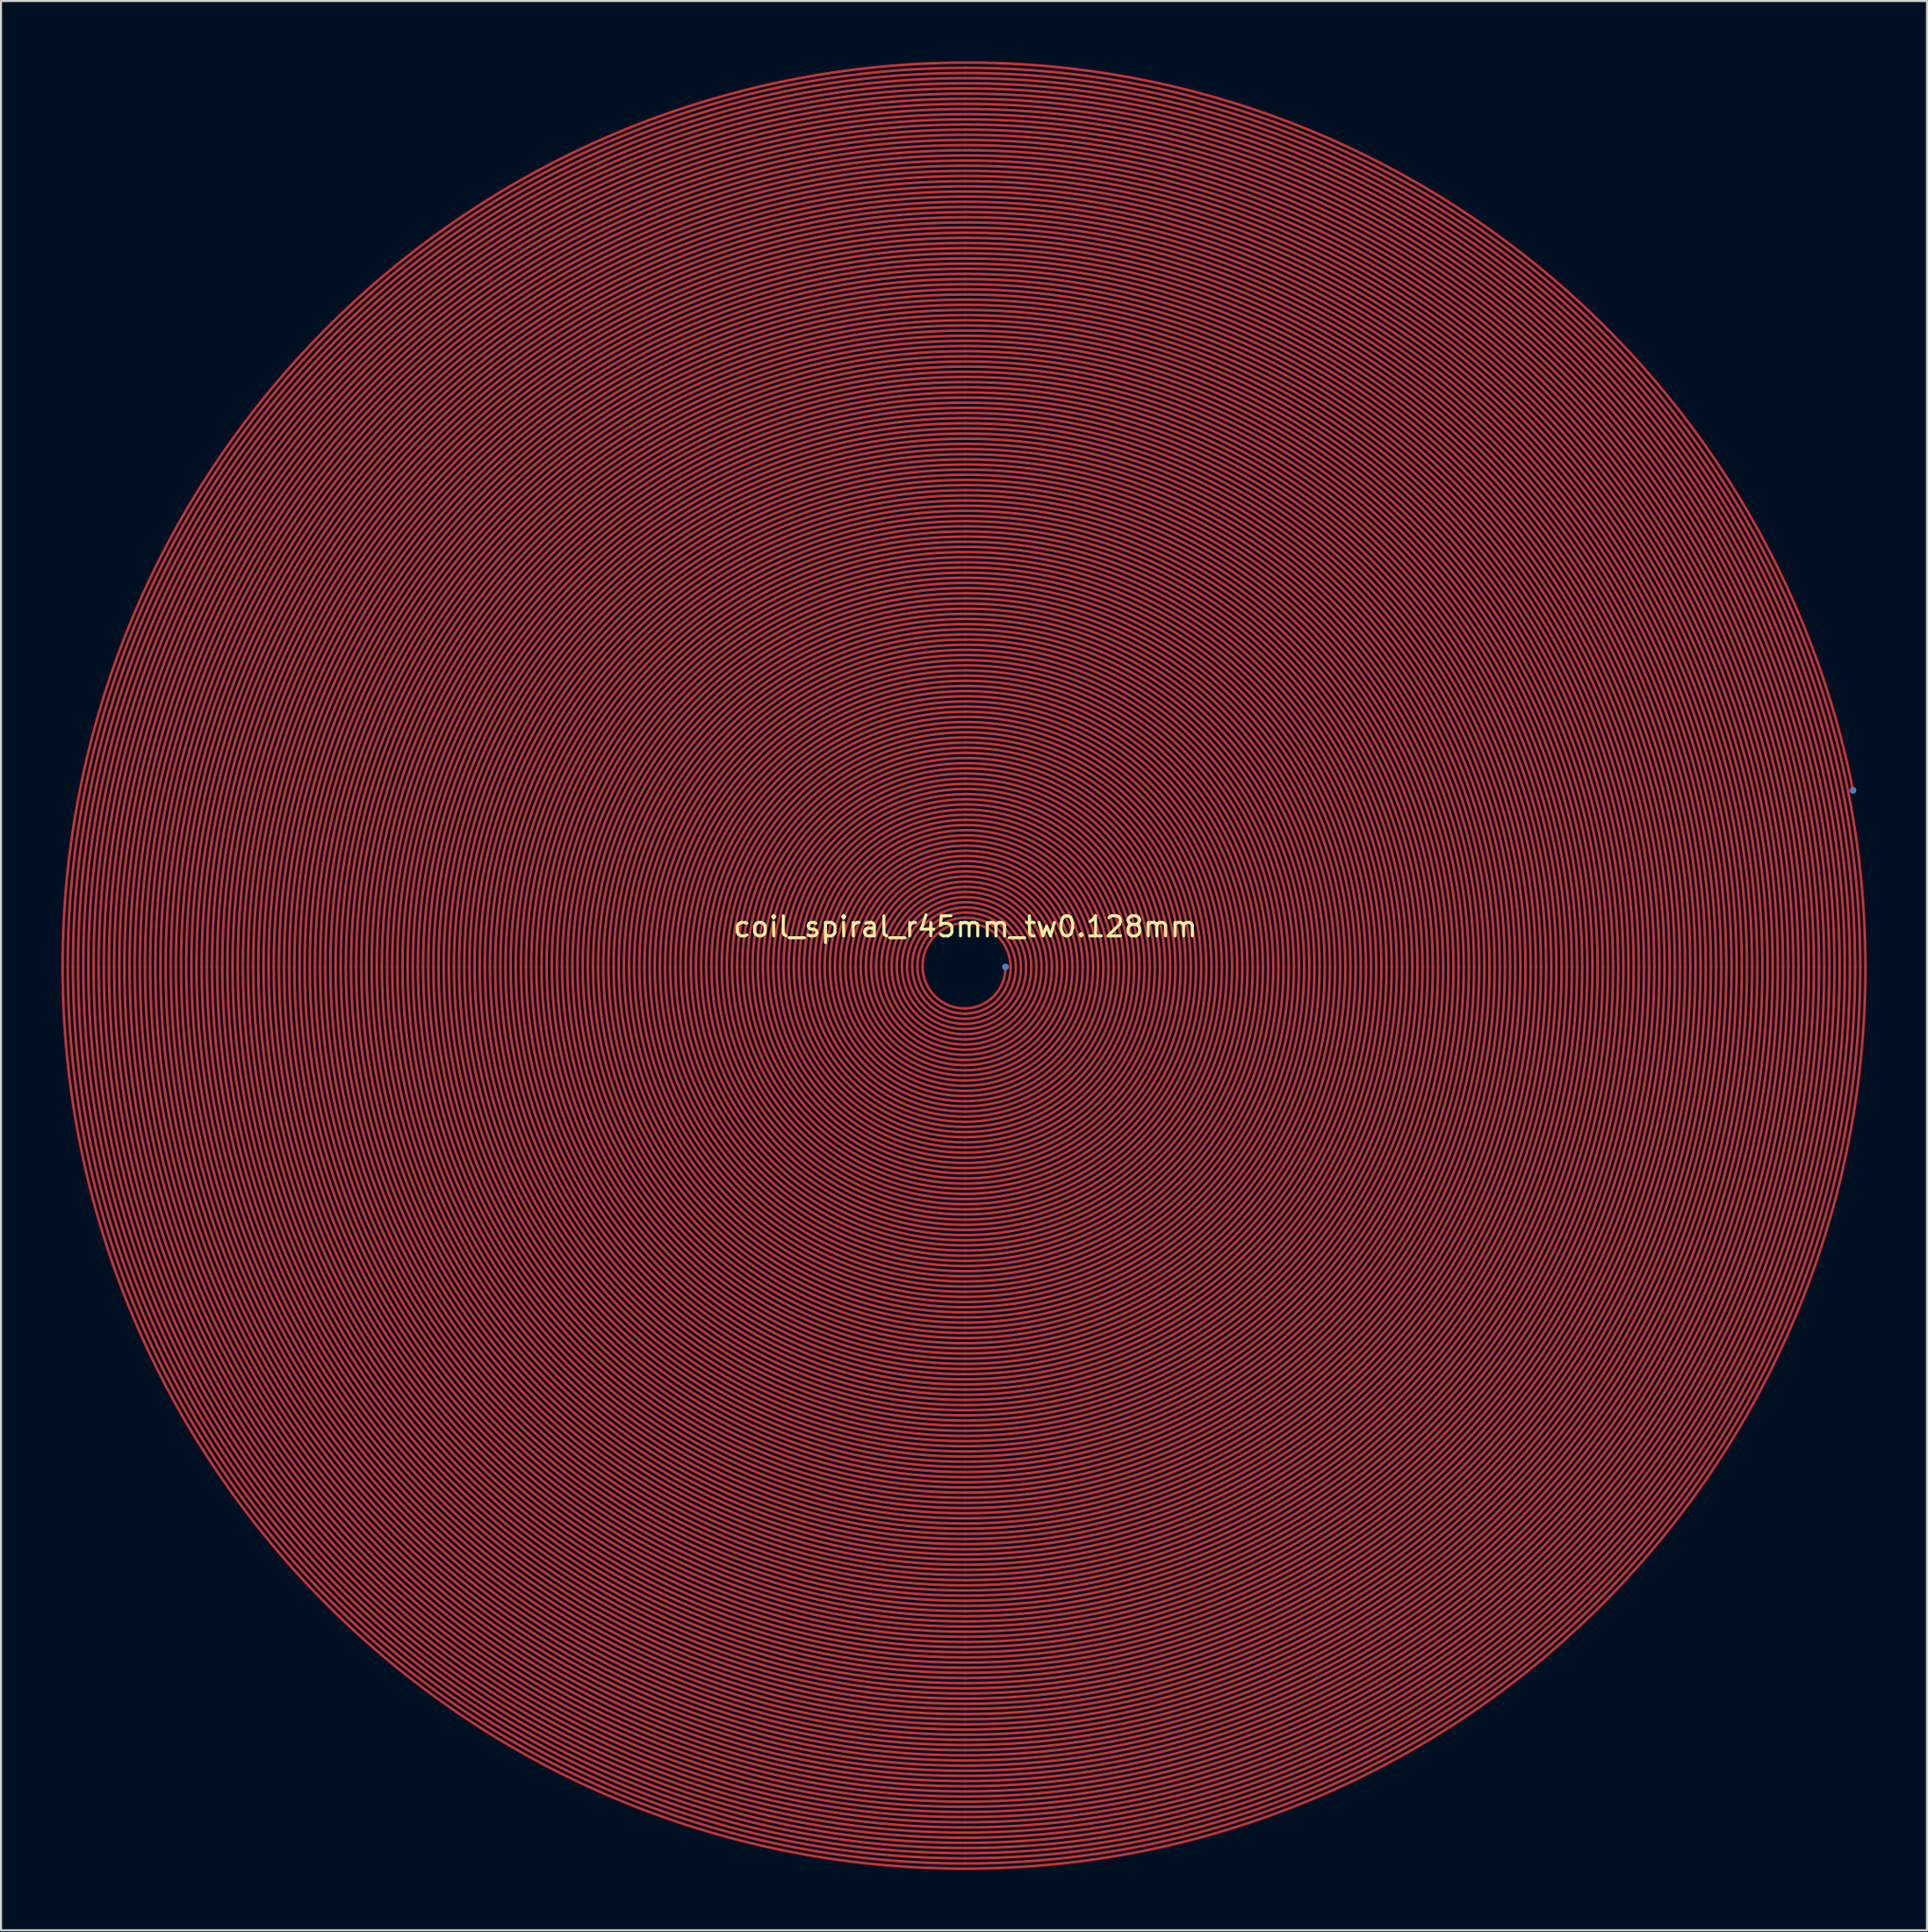
<source format=kicad_pcb>
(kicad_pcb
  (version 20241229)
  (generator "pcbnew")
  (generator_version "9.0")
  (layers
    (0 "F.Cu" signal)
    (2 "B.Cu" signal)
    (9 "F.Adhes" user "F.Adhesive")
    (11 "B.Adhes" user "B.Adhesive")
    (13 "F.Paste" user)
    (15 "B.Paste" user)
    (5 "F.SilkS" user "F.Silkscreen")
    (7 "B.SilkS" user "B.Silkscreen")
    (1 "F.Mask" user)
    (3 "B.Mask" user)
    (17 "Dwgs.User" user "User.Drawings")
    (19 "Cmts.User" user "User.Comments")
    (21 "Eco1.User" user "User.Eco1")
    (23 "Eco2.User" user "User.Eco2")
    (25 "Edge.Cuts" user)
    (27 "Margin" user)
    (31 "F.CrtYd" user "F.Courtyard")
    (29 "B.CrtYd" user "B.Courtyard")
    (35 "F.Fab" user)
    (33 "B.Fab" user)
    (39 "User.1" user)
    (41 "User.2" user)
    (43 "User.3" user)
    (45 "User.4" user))
  (footprint "coil_spiral_r45mm_tw0.128mm"
    (layer "F.Cu")
    (at 44.944 45.01)
    (property "Reference" "coil_spiral_r45mm_tw0.128mm" (at 0 -2 0) (layer "F.SilkS") (effects (font (size 1 1) (thickness 0.15))))
    (attr through_hole)
    (fp_arc (start -44.88 0) (mid -4.350775 -44.728972) (end 44.135338 -8.779065) (stroke (width 0.128) (type solid)) (layer "F.Cu"))
    (fp_arc (start -44.624 0) (mid -31.567196 -31.585941) (end -0.000001 -44.688) (stroke (width 0.128) (type solid)) (layer "F.Cu"))
    (fp_arc (start -44.368 0) (mid -31.386177 -31.404922) (end 0 -44.432) (stroke (width 0.128) (type solid)) (layer "F.Cu"))
    (fp_arc (start -44.112 0) (mid -31.205157 -31.223903) (end 0 -44.176) (stroke (width 0.128) (type solid)) (layer "F.Cu"))
    (fp_arc (start -43.856 0) (mid -31.024138 -31.042884) (end 0.000001 -43.92) (stroke (width 0.128) (type solid)) (layer "F.Cu"))
    (fp_arc (start -43.6 0) (mid -30.843119 -30.861864) (end 0 -43.664) (stroke (width 0.128) (type solid)) (layer "F.Cu"))
    (fp_arc (start -43.344 0) (mid -30.662099 -30.680844) (end 0 -43.407999) (stroke (width 0.128) (type solid)) (layer "F.Cu"))
    (fp_arc (start -43.088 0) (mid -30.481081 -30.499825) (end -0.000001 -43.152) (stroke (width 0.128) (type solid)) (layer "F.Cu"))
    (fp_arc (start -42.832 0) (mid -30.300061 -30.318806) (end 0 -42.896) (stroke (width 0.128) (type solid)) (layer "F.Cu"))
    (fp_arc (start -42.576 0) (mid -30.119042 -30.137787) (end 0 -42.64) (stroke (width 0.128) (type solid)) (layer "F.Cu"))
    (fp_arc (start -42.32 0) (mid -29.938022 -29.956767) (end 0 -42.384) (stroke (width 0.128) (type solid)) (layer "F.Cu"))
    (fp_arc (start -42.064 0) (mid -29.757003 -29.775749) (end 0.000001 -42.128) (stroke (width 0.128) (type solid)) (layer "F.Cu"))
    (fp_arc (start -41.808 0) (mid -29.575984 -29.594729) (end -0.000001 -41.872) (stroke (width 0.128) (type solid)) (layer "F.Cu"))
    (fp_arc (start -41.552 0) (mid -29.394965 -29.41371) (end 0 -41.616) (stroke (width 0.128) (type solid)) (layer "F.Cu"))
    (fp_arc (start -41.296 0) (mid -29.213945 -29.23269) (end 0 -41.36) (stroke (width 0.128) (type solid)) (layer "F.Cu"))
    (fp_arc (start -41.04 0) (mid -29.032926 -29.051671) (end 0 -41.104) (stroke (width 0.128) (type solid)) (layer "F.Cu"))
    (fp_arc (start -40.784 0) (mid -28.851906 -28.870652) (end 0.000001 -40.848) (stroke (width 0.128) (type solid)) (layer "F.Cu"))
    (fp_arc (start -40.528 0) (mid -28.670887 -28.689633) (end 0.000001 -40.592) (stroke (width 0.128) (type solid)) (layer "F.Cu"))
    (fp_arc (start -40.272 0) (mid -28.489869 -28.508613) (end -0.000001 -40.336) (stroke (width 0.128) (type solid)) (layer "F.Cu"))
    (fp_arc (start -40.016 0) (mid -28.308849 -28.327594) (end 0 -40.08) (stroke (width 0.128) (type solid)) (layer "F.Cu"))
    (fp_arc (start -39.76 0) (mid -28.12783 -28.146575) (end 0 -39.824) (stroke (width 0.128) (type solid)) (layer "F.Cu"))
    (fp_arc (start -39.504 0) (mid -27.94681 -27.965556) (end 0.000001 -39.568) (stroke (width 0.128) (type solid)) (layer "F.Cu"))
    (fp_arc (start -39.248 0) (mid -27.765791 -27.784536) (end 0.000001 -39.312) (stroke (width 0.128) (type solid)) (layer "F.Cu"))
    (fp_arc (start -38.992 0) (mid -27.584772 -27.603517) (end -0.000001 -39.056) (stroke (width 0.128) (type solid)) (layer "F.Cu"))
    (fp_arc (start -38.736 0) (mid -27.403753 -27.422498) (end 0 -38.8) (stroke (width 0.128) (type solid)) (layer "F.Cu"))
    (fp_arc (start -38.48 0) (mid -27.222733 -27.241479) (end 0.000001 -38.544) (stroke (width 0.128) (type solid)) (layer "F.Cu"))
    (fp_arc (start -38.224 0) (mid -27.041713 -27.060459) (end 0.000001 -38.288) (stroke (width 0.128) (type solid)) (layer "F.Cu"))
    (fp_arc (start -37.968 0) (mid -26.860695 -26.87944) (end -0.000001 -38.032) (stroke (width 0.128) (type solid)) (layer "F.Cu"))
    (fp_arc (start -37.712 0) (mid -26.679676 -26.69842) (end -0.000001 -37.776) (stroke (width 0.128) (type solid)) (layer "F.Cu"))
    (fp_arc (start -37.456 0) (mid -26.498656 -26.517401) (end 0 -37.52) (stroke (width 0.128) (type solid)) (layer "F.Cu"))
    (fp_arc (start -37.2 0) (mid -26.317637 -26.336382) (end 0 -37.264) (stroke (width 0.128) (type solid)) (layer "F.Cu"))
    (fp_arc (start -36.944 0) (mid -26.136617 -26.155363) (end 0.000001 -37.008) (stroke (width 0.128) (type solid)) (layer "F.Cu"))
    (fp_arc (start -36.688 0) (mid -25.955599 -25.974343) (end -0.000001 -36.752) (stroke (width 0.128) (type solid)) (layer "F.Cu"))
    (fp_arc (start -36.432 0) (mid -25.774579 -25.793324) (end 0 -36.496) (stroke (width 0.128) (type solid)) (layer "F.Cu"))
    (fp_arc (start -36.176 0) (mid -25.59356 -25.612305) (end 0 -36.24) (stroke (width 0.128) (type solid)) (layer "F.Cu"))
    (fp_arc (start -35.92 0) (mid -25.41254 -25.431286) (end 0.000001 -35.984) (stroke (width 0.128) (type solid)) (layer "F.Cu"))
    (fp_arc (start -35.664 0) (mid -25.231522 -25.250266) (end -0.000001 -35.728) (stroke (width 0.128) (type solid)) (layer "F.Cu"))
    (fp_arc (start -35.408 0) (mid -25.050502 -25.069247) (end 0 -35.472) (stroke (width 0.128) (type solid)) (layer "F.Cu"))
    (fp_arc (start -35.152 0) (mid -24.869483 -24.888228) (end 0 -35.216) (stroke (width 0.128) (type solid)) (layer "F.Cu"))
    (fp_arc (start -34.896 0) (mid -24.688463 -24.707209) (end 0.000001 -34.96) (stroke (width 0.128) (type solid)) (layer "F.Cu"))
    (fp_arc (start -34.64 0) (mid -24.507445 -24.526189) (end -0.000001 -34.704) (stroke (width 0.128) (type solid)) (layer "F.Cu"))
    (fp_arc (start -34.384 0) (mid -24.326425 -24.34517) (end 0 -34.448) (stroke (width 0.128) (type solid)) (layer "F.Cu"))
    (fp_arc (start -34.128 0) (mid -24.145406 -24.164151) (end 0 -34.192) (stroke (width 0.128) (type solid)) (layer "F.Cu"))
    (fp_arc (start -33.872 0) (mid -23.964386 -23.983132) (end 0.000001 -33.936) (stroke (width 0.128) (type solid)) (layer "F.Cu"))
    (fp_arc (start -33.616 0) (mid -23.783368 -23.802112) (end -0.000001 -33.68) (stroke (width 0.128) (type solid)) (layer "F.Cu"))
    (fp_arc (start -33.36 0) (mid -23.602348 -23.621093) (end 0 -33.424) (stroke (width 0.128) (type solid)) (layer "F.Cu"))
    (fp_arc (start -33.104 0) (mid -23.421328 -23.440074) (end 0.000001 -33.168) (stroke (width 0.128) (type solid)) (layer "F.Cu"))
    (fp_arc (start -32.848 0) (mid -23.24031 -23.259054) (end -0.000001 -32.912) (stroke (width 0.128) (type solid)) (layer "F.Cu"))
    (fp_arc (start -32.592 0) (mid -23.05929 -23.078035) (end 0 -32.656) (stroke (width 0.128) (type solid)) (layer "F.Cu"))
    (fp_arc (start -32.336 0) (mid -22.878271 -22.897016) (end 0 -32.4) (stroke (width 0.128) (type solid)) (layer "F.Cu"))
    (fp_arc (start -32.08 0) (mid -22.697251 -22.715996) (end 0 -32.143999) (stroke (width 0.128) (type solid)) (layer "F.Cu"))
    (fp_arc (start -31.824 0) (mid -22.516232 -22.534978) (end 0 -31.888) (stroke (width 0.128) (type solid)) (layer "F.Cu"))
    (fp_arc (start -31.568 0) (mid -22.335213 -22.353958) (end 0 -31.632) (stroke (width 0.128) (type solid)) (layer "F.Cu"))
    (fp_arc (start -31.312 0) (mid -22.154193 -22.172939) (end 0.000001 -31.376) (stroke (width 0.128) (type solid)) (layer "F.Cu"))
    (fp_arc (start -31.056 0) (mid -21.973175 -21.99192) (end 0 -31.12) (stroke (width 0.128) (type solid)) (layer "F.Cu"))
    (fp_arc (start -30.8 0) (mid -21.792155 -21.810901) (end 0 -30.864) (stroke (width 0.128) (type solid)) (layer "F.Cu"))
    (fp_arc (start -30.544 0) (mid -21.611136 -21.629882) (end 0.000001 -30.608) (stroke (width 0.128) (type solid)) (layer "F.Cu"))
    (fp_arc (start -30.288 0) (mid -21.430117 -21.448862) (end -0.000001 -30.352) (stroke (width 0.128) (type solid)) (layer "F.Cu"))
    (fp_arc (start -30.032 0) (mid -21.249098 -21.267843) (end 0 -30.096) (stroke (width 0.128) (type solid)) (layer "F.Cu"))
    (fp_arc (start -29.776 0) (mid -21.068078 -21.086823) (end 0 -29.839999) (stroke (width 0.128) (type solid)) (layer "F.Cu"))
    (fp_arc (start -29.52 0) (mid -20.887059 -20.905805) (end 0 -29.584) (stroke (width 0.128) (type solid)) (layer "F.Cu"))
    (fp_arc (start -29.264 0) (mid -20.70604 -20.724785) (end 0 -29.328) (stroke (width 0.128) (type solid)) (layer "F.Cu"))
    (fp_arc (start -29.008 0) (mid -20.525021 -20.543766) (end -0.000001 -29.072) (stroke (width 0.128) (type solid)) (layer "F.Cu"))
    (fp_arc (start -28.752 0) (mid -20.344002 -20.362747) (end 0 -28.816) (stroke (width 0.128) (type solid)) (layer "F.Cu"))
    (fp_arc (start -28.496 0) (mid -20.162982 -20.181728) (end 0.000001 -28.56) (stroke (width 0.128) (type solid)) (layer "F.Cu"))
    (fp_arc (start -28.24 0) (mid -19.981964 -20.000708) (end -0.000001 -28.304) (stroke (width 0.128) (type solid)) (layer "F.Cu"))
    (fp_arc (start -27.984 0) (mid -19.800944 -19.819689) (end 0 -28.048) (stroke (width 0.128) (type solid)) (layer "F.Cu"))
    (fp_arc (start -27.728 0) (mid -19.619925 -19.638669) (end 0 -27.791999) (stroke (width 0.128) (type solid)) (layer "F.Cu"))
    (fp_arc (start -27.472 0) (mid -19.438906 -19.457651) (end 0 -27.536) (stroke (width 0.128) (type solid)) (layer "F.Cu"))
    (fp_arc (start -27.216 0) (mid -19.257886 -19.276632) (end 0.000001 -27.28) (stroke (width 0.128) (type solid)) (layer "F.Cu"))
    (fp_arc (start -26.96 0) (mid -19.076868 -19.095612) (end -0.000001 -27.024) (stroke (width 0.128) (type solid)) (layer "F.Cu"))
    (fp_arc (start -26.704 0) (mid -18.895848 -18.914593) (end 0 -26.768) (stroke (width 0.128) (type solid)) (layer "F.Cu"))
    (fp_arc (start -26.448 0) (mid -18.714829 -18.733574) (end -0.000001 -26.512) (stroke (width 0.128) (type solid)) (layer "F.Cu"))
    (fp_arc (start -26.192 0) (mid -18.533809 -18.552555) (end 0 -26.256) (stroke (width 0.128) (type solid)) (layer "F.Cu"))
    (fp_arc (start -25.936 0) (mid -18.352791 -18.371535) (end -0.000001 -26) (stroke (width 0.128) (type solid)) (layer "F.Cu"))
    (fp_arc (start -25.68 0) (mid -18.171771 -18.190516) (end 0 -25.744) (stroke (width 0.128) (type solid)) (layer "F.Cu"))
    (fp_arc (start -25.424 0) (mid -17.990752 -18.009497) (end 0 -25.487999) (stroke (width 0.128) (type solid)) (layer "F.Cu"))
    (fp_arc (start -25.168 0) (mid -17.809733 -17.828478) (end 0 -25.232) (stroke (width 0.128) (type solid)) (layer "F.Cu"))
    (fp_arc (start -24.912 0) (mid -17.628713 -17.647458) (end 0 -24.975999) (stroke (width 0.128) (type solid)) (layer "F.Cu"))
    (fp_arc (start -24.656 0) (mid -17.447694 -17.466439) (end 0 -24.72) (stroke (width 0.128) (type solid)) (layer "F.Cu"))
    (fp_arc (start -24.4 0) (mid -17.266676 -17.28542) (end -0.000001 -24.464) (stroke (width 0.128) (type solid)) (layer "F.Cu"))
    (fp_arc (start -24.144 0) (mid -17.085656 -17.104401) (end 0 -24.208) (stroke (width 0.128) (type solid)) (layer "F.Cu"))
    (fp_arc (start -23.888 0) (mid -16.904637 -16.923382) (end 0 -23.952) (stroke (width 0.128) (type solid)) (layer "F.Cu"))
    (fp_arc (start -23.632 0) (mid -16.723618 -16.742363) (end 0 -23.696) (stroke (width 0.128) (type solid)) (layer "F.Cu"))
    (fp_arc (start -23.376 0) (mid -16.542599 -16.561344) (end 0 -23.44) (stroke (width 0.128) (type solid)) (layer "F.Cu"))
    (fp_arc (start -23.12 0) (mid -16.361579 -16.380325) (end 0.000001 -23.184) (stroke (width 0.128) (type solid)) (layer "F.Cu"))
    (fp_arc (start -22.864 0) (mid -16.18056 -16.199305) (end 0 -22.928) (stroke (width 0.128) (type solid)) (layer "F.Cu"))
    (fp_arc (start -22.608 0) (mid -15.999541 -16.018286) (end -0.000001 -22.672) (stroke (width 0.128) (type solid)) (layer "F.Cu"))
    (fp_arc (start -22.352 0) (mid -15.818521 -15.837267) (end 0.000001 -22.416) (stroke (width 0.128) (type solid)) (layer "F.Cu"))
    (fp_arc (start -22.096 0) (mid -15.637503 -15.656248) (end 0 -22.16) (stroke (width 0.128) (type solid)) (layer "F.Cu"))
    (fp_arc (start -21.84 0) (mid -15.456483 -15.475228) (end 0 -21.903999) (stroke (width 0.128) (type solid)) (layer "F.Cu"))
    (fp_arc (start -21.584 0) (mid -15.275464 -15.29421) (end 0 -21.648) (stroke (width 0.128) (type solid)) (layer "F.Cu"))
    (fp_arc (start -21.328 0) (mid -15.094445 -15.11319) (end 0 -21.392) (stroke (width 0.128) (type solid)) (layer "F.Cu"))
    (fp_arc (start -21.072 0) (mid -14.913426 -14.932171) (end 0 -21.135999) (stroke (width 0.128) (type solid)) (layer "F.Cu"))
    (fp_arc (start -20.816 0) (mid -14.732407 -14.751152) (end 0.000001 -20.88) (stroke (width 0.128) (type solid)) (layer "F.Cu"))
    (fp_arc (start -20.56 0) (mid -14.551388 -14.570133) (end 0 -20.624) (stroke (width 0.128) (type solid)) (layer "F.Cu"))
    (fp_arc (start -20.304 0) (mid -14.370369 -14.389114) (end 0 -20.368) (stroke (width 0.128) (type solid)) (layer "F.Cu"))
    (fp_arc (start -20.048 0) (mid -14.189349 -14.208094) (end 0 -20.111999) (stroke (width 0.128) (type solid)) (layer "F.Cu"))
    (fp_arc (start -19.792 0) (mid -14.00833 -14.027076) (end 0.000001 -19.856) (stroke (width 0.128) (type solid)) (layer "F.Cu"))
    (fp_arc (start -19.536 0) (mid -13.827311 -13.846057) (end 0 -19.6) (stroke (width 0.128) (type solid)) (layer "F.Cu"))
    (fp_arc (start -19.28 0) (mid -13.646292 -13.665038) (end 0 -19.344) (stroke (width 0.128) (type solid)) (layer "F.Cu"))
    (fp_arc (start -19.024 0) (mid -13.465273 -13.484019) (end 0 -19.088) (stroke (width 0.128) (type solid)) (layer "F.Cu"))
    (fp_arc (start -18.768 0) (mid -13.284254 -13.302999) (end 0 -18.832) (stroke (width 0.128) (type solid)) (layer "F.Cu"))
    (fp_arc (start -18.512 0) (mid -13.103236 -13.12198) (end -0.000001 -18.576) (stroke (width 0.128) (type solid)) (layer "F.Cu"))
    (fp_arc (start -18.256 0) (mid -12.922216 -12.940961) (end 0 -18.319999) (stroke (width 0.128) (type solid)) (layer "F.Cu"))
    (fp_arc (start -18 0) (mid -12.741197 -12.759942) (end 0 -18.063999) (stroke (width 0.128) (type solid)) (layer "F.Cu"))
    (fp_arc (start -17.744 0) (mid -12.560178 -12.578923) (end 0 -17.807999) (stroke (width 0.128) (type solid)) (layer "F.Cu"))
    (fp_arc (start -17.488 0) (mid -12.379159 -12.397904) (end 0 -17.551999) (stroke (width 0.128) (type solid)) (layer "F.Cu"))
    (fp_arc (start -17.232 0) (mid -12.19814 -12.216885) (end 0 -17.295999) (stroke (width 0.128) (type solid)) (layer "F.Cu"))
    (fp_arc (start -16.976 0) (mid -12.017121 -12.035866) (end -0.000001 -17.04) (stroke (width 0.128) (type solid)) (layer "F.Cu"))
    (fp_arc (start -16.72 0) (mid -11.836102 -11.854847) (end 0 -16.784) (stroke (width 0.128) (type solid)) (layer "F.Cu"))
    (fp_arc (start -16.464 0) (mid -11.655083 -11.673828) (end 0 -16.528) (stroke (width 0.128) (type solid)) (layer "F.Cu"))
    (fp_arc (start -16.208 0) (mid -11.474064 -11.492809) (end 0 -16.272) (stroke (width 0.128) (type solid)) (layer "F.Cu"))
    (fp_arc (start -15.952 0) (mid -11.293045 -11.31179) (end 0.000001 -16.016) (stroke (width 0.128) (type solid)) (layer "F.Cu"))
    (fp_arc (start -15.696 0) (mid -11.112026 -11.130771) (end 0 -15.759999) (stroke (width 0.128) (type solid)) (layer "F.Cu"))
    (fp_arc (start -15.44 0) (mid -10.931007 -10.949752) (end 0 -15.504) (stroke (width 0.128) (type solid)) (layer "F.Cu"))
    (fp_arc (start -15.184 0) (mid -10.749988 -10.768734) (end 0.000001 -15.248) (stroke (width 0.128) (type solid)) (layer "F.Cu"))
    (fp_arc (start -14.928 0) (mid -10.568969 -10.587714) (end 0 -14.991999) (stroke (width 0.128) (type solid)) (layer "F.Cu"))
    (fp_arc (start -14.672 0) (mid -10.38795 -10.406695) (end 0 -14.736) (stroke (width 0.128) (type solid)) (layer "F.Cu"))
    (fp_arc (start -14.416 0) (mid -10.206931 -10.225676) (end 0 -14.479999) (stroke (width 0.128) (type solid)) (layer "F.Cu"))
    (fp_arc (start -14.16 0) (mid -10.025912 -10.044658) (end 0 -14.224) (stroke (width 0.128) (type solid)) (layer "F.Cu"))
    (fp_arc (start -13.904 0) (mid -9.844893 -9.863638) (end 0 -13.967999) (stroke (width 0.128) (type solid)) (layer "F.Cu"))
    (fp_arc (start -13.648 0) (mid -9.663875 -9.68262) (end 0 -13.711999) (stroke (width 0.128) (type solid)) (layer "F.Cu"))
    (fp_arc (start -13.392 0) (mid -9.482856 -9.501601) (end 0 -13.456) (stroke (width 0.128) (type solid)) (layer "F.Cu"))
    (fp_arc (start -13.136 0) (mid -9.301837 -9.320582) (end 0 -13.2) (stroke (width 0.128) (type solid)) (layer "F.Cu"))
    (fp_arc (start -12.88 0) (mid -9.120818 -9.139563) (end 0.000001 -12.943999) (stroke (width 0.128) (type solid)) (layer "F.Cu"))
    (fp_arc (start -12.624 0) (mid -8.939799 -8.958544) (end 0 -12.687999) (stroke (width 0.128) (type solid)) (layer "F.Cu"))
    (fp_arc (start -12.368 0) (mid -8.758781 -8.777525) (end 0 -12.432) (stroke (width 0.128) (type solid)) (layer "F.Cu"))
    (fp_arc (start -12.112 0) (mid -8.577763 -8.596507) (end -0.000001 -12.176001) (stroke (width 0.128) (type solid)) (layer "F.Cu"))
    (fp_arc (start -11.856 0) (mid -8.396743 -8.415489) (end 0 -11.920001) (stroke (width 0.128) (type solid)) (layer "F.Cu"))
    (fp_arc (start -11.6 0) (mid -8.215725 -8.23447) (end 0 -11.664) (stroke (width 0.128) (type solid)) (layer "F.Cu"))
    (fp_arc (start -11.344 0) (mid -8.034706 -8.053451) (end 0 -11.408) (stroke (width 0.128) (type solid)) (layer "F.Cu"))
    (fp_arc (start -11.088 0) (mid -7.853688 -7.872433) (end 0 -11.152001) (stroke (width 0.128) (type solid)) (layer "F.Cu"))
    (fp_arc (start -10.832 0) (mid -7.672668 -7.691414) (end 0.000001 -10.896) (stroke (width 0.128) (type solid)) (layer "F.Cu"))
    (fp_arc (start -10.576 0) (mid -7.49165 -7.510395) (end 0 -10.64) (stroke (width 0.128) (type solid)) (layer "F.Cu"))
    (fp_arc (start -10.32 0) (mid -7.310632 -7.329377) (end 0 -10.384) (stroke (width 0.128) (type solid)) (layer "F.Cu"))
    (fp_arc (start -10.064 0) (mid -7.129613 -7.148358) (end 0 -10.128) (stroke (width 0.128) (type solid)) (layer "F.Cu"))
    (fp_arc (start -9.808 0) (mid -6.948595 -6.96734) (end 0 -9.872) (stroke (width 0.128) (type solid)) (layer "F.Cu"))
    (fp_arc (start -9.552 0) (mid -6.767577 -6.786322) (end 0 -9.616001) (stroke (width 0.128) (type solid)) (layer "F.Cu"))
    (fp_arc (start -9.296 0) (mid -6.586558 -6.605303) (end 0 -9.36) (stroke (width 0.128) (type solid)) (layer "F.Cu"))
    (fp_arc (start -9.04 0) (mid -6.405541 -6.424285) (end -0.000001 -9.104) (stroke (width 0.128) (type solid)) (layer "F.Cu"))
    (fp_arc (start -8.784 0) (mid -6.224522 -6.243267) (end -0.000001 -8.848) (stroke (width 0.128) (type solid)) (layer "F.Cu"))
    (fp_arc (start -8.528 0) (mid -6.043504 -6.062249) (end 0 -8.592) (stroke (width 0.128) (type solid)) (layer "F.Cu"))
    (fp_arc (start -8.272 0) (mid -5.862485 -5.881231) (end 0.000001 -8.336) (stroke (width 0.128) (type solid)) (layer "F.Cu"))
    (fp_arc (start -8.016 0) (mid -5.681468 -5.700213) (end 0 -8.08) (stroke (width 0.128) (type solid)) (layer "F.Cu"))
    (fp_arc (start -7.76 0) (mid -5.50045 -5.519195) (end 0 -7.824) (stroke (width 0.128) (type solid)) (layer "F.Cu"))
    (fp_arc (start -7.504 0) (mid -5.319432 -5.338177) (end 0 -7.567999) (stroke (width 0.128) (type solid)) (layer "F.Cu"))
    (fp_arc (start -7.248 0) (mid -5.138415 -5.157159) (end 0 -7.311999) (stroke (width 0.128) (type solid)) (layer "F.Cu"))
    (fp_arc (start -6.992 0) (mid -4.957397 -4.976142) (end 0 -7.056) (stroke (width 0.128) (type solid)) (layer "F.Cu"))
    (fp_arc (start -6.736 0) (mid -4.77638 -4.795125) (end 0 -6.800001) (stroke (width 0.128) (type solid)) (layer "F.Cu"))
    (fp_arc (start -6.48 0) (mid -4.595363 -4.614107) (end 0 -6.544) (stroke (width 0.128) (type solid)) (layer "F.Cu"))
    (fp_arc (start -6.224 0) (mid -4.414346 -4.43309) (end -0.000001 -6.288) (stroke (width 0.128) (type solid)) (layer "F.Cu"))
    (fp_arc (start -5.968 0) (mid -4.233329 -4.252073) (end 0 -6.032) (stroke (width 0.128) (type solid)) (layer "F.Cu"))
    (fp_arc (start -5.712 0) (mid -4.052312 -4.071057) (end 0 -5.776) (stroke (width 0.128) (type solid)) (layer "F.Cu"))
    (fp_arc (start -5.456 0) (mid -3.871296 -3.89004) (end -0.000001 -5.52) (stroke (width 0.128) (type solid)) (layer "F.Cu"))
    (fp_arc (start -5.2 0) (mid -3.69028 -3.709024) (end -0.000001 -5.264) (stroke (width 0.128) (type solid)) (layer "F.Cu"))
    (fp_arc (start -4.944 0) (mid -3.509264 -3.528008) (end 0 -5.008) (stroke (width 0.128) (type solid)) (layer "F.Cu"))
    (fp_arc (start -4.688 0) (mid -3.328249 -3.346993) (end 0 -4.752) (stroke (width 0.128) (type solid)) (layer "F.Cu"))
    (fp_arc (start -4.432 0) (mid -3.147234 -3.165978) (end 0 -4.496) (stroke (width 0.128) (type solid)) (layer "F.Cu"))
    (fp_arc (start -4.176 0) (mid -2.966219 -2.984963) (end 0 -4.239999) (stroke (width 0.128) (type solid)) (layer "F.Cu"))
    (fp_arc (start -3.92 0) (mid -2.785206 -2.803949) (end 0 -3.984) (stroke (width 0.128) (type solid)) (layer "F.Cu"))
    (fp_arc (start -3.664 0) (mid -2.604192 -2.622936) (end 0.000001 -3.728) (stroke (width 0.128) (type solid)) (layer "F.Cu"))
    (fp_arc (start -3.408 0) (mid -2.423181 -2.441924) (end -0.000001 -3.472) (stroke (width 0.128) (type solid)) (layer "F.Cu"))
    (fp_arc (start -3.152 0) (mid -2.24217 -2.260913) (end 0 -3.216) (stroke (width 0.128) (type solid)) (layer "F.Cu"))
    (fp_arc (start -2.896 0) (mid -2.061161 -2.079903) (end 0 -2.959999) (stroke (width 0.128) (type solid)) (layer "F.Cu"))
    (fp_arc (start -2.64 0) (mid -1.880154 -1.898896) (end 0 -2.704) (stroke (width 0.128) (type solid)) (layer "F.Cu"))
    (fp_arc (start -2.384 0) (mid -1.699149 -1.717891) (end 0 -2.448001) (stroke (width 0.128) (type solid)) (layer "F.Cu"))
    (fp_arc (start -2.128 0) (mid -1.518148 -1.536889) (end 0.000001 -2.192) (stroke (width 0.128) (type solid)) (layer "F.Cu"))
    (fp_arc (start 0 -44.688) (mid 31.631196 -31.612451) (end 44.752 -0.000001) (stroke (width 0.128) (type solid)) (layer "F.Cu"))
    (fp_arc (start 0 -44.432) (mid 31.450177 -31.431432) (end 44.496 0) (stroke (width 0.128) (type solid)) (layer "F.Cu"))
    (fp_arc (start 0 -44.176) (mid 31.269157 -31.250412) (end 44.24 0) (stroke (width 0.128) (type solid)) (layer "F.Cu"))
    (fp_arc (start 0 -43.92) (mid 31.088138 -31.069393) (end 43.984 0) (stroke (width 0.128) (type solid)) (layer "F.Cu"))
    (fp_arc (start 0 -43.664) (mid 30.907119 -30.888374) (end 43.728 0) (stroke (width 0.128) (type solid)) (layer "F.Cu"))
    (fp_arc (start 0 -43.408) (mid 30.7261 -30.707354) (end 43.472 0.000001) (stroke (width 0.128) (type solid)) (layer "F.Cu"))
    (fp_arc (start 0 -43.152) (mid 30.54508 -30.526336) (end 43.216 -0.000001) (stroke (width 0.128) (type solid)) (layer "F.Cu"))
    (fp_arc (start 0 -42.896) (mid 30.364061 -30.345316) (end 42.96 0) (stroke (width 0.128) (type solid)) (layer "F.Cu"))
    (fp_arc (start 0 -42.64) (mid 30.183042 -30.164296) (end 42.704 0) (stroke (width 0.128) (type solid)) (layer "F.Cu"))
    (fp_arc (start 0 -42.384) (mid 30.002022 -29.983277) (end 42.448 0) (stroke (width 0.128) (type solid)) (layer "F.Cu"))
    (fp_arc (start 0 -42.128) (mid 29.821003 -29.802257) (end 42.192 0.000001) (stroke (width 0.128) (type solid)) (layer "F.Cu"))
    (fp_arc (start 0 -41.872) (mid 29.639983 -29.621238) (end 41.935999 0) (stroke (width 0.128) (type solid)) (layer "F.Cu"))
    (fp_arc (start 0 -41.616) (mid 29.458965 -29.440219) (end 41.68 0) (stroke (width 0.128) (type solid)) (layer "F.Cu"))
    (fp_arc (start 0 -41.36) (mid 29.277945 -29.2592) (end 41.424 0) (stroke (width 0.128) (type solid)) (layer "F.Cu"))
    (fp_arc (start 0 -41.104) (mid 29.096926 -29.078181) (end 41.168 0) (stroke (width 0.128) (type solid)) (layer "F.Cu"))
    (fp_arc (start 0 -40.848) (mid 28.915907 -28.897161) (end 40.912 0.000001) (stroke (width 0.128) (type solid)) (layer "F.Cu"))
    (fp_arc (start 0 -40.592) (mid 28.734888 -28.716142) (end 40.656 0.000001) (stroke (width 0.128) (type solid)) (layer "F.Cu"))
    (fp_arc (start 0 -40.336) (mid 28.553868 -28.535123) (end 40.4 -0.000001) (stroke (width 0.128) (type solid)) (layer "F.Cu"))
    (fp_arc (start 0 -40.08) (mid 28.372849 -28.354104) (end 40.144 0) (stroke (width 0.128) (type solid)) (layer "F.Cu"))
    (fp_arc (start 0 -39.824) (mid 28.19183 -28.173084) (end 39.888 0) (stroke (width 0.128) (type solid)) (layer "F.Cu"))
    (fp_arc (start 0 -39.568) (mid 28.01081 -27.992065) (end 39.632 0) (stroke (width 0.128) (type solid)) (layer "F.Cu"))
    (fp_arc (start 0 -39.312) (mid 27.829791 -27.811045) (end 39.376 0.000001) (stroke (width 0.128) (type solid)) (layer "F.Cu"))
    (fp_arc (start 0 -39.056) (mid 27.648771 -27.630027) (end 39.12 -0.000001) (stroke (width 0.128) (type solid)) (layer "F.Cu"))
    (fp_arc (start 0 -38.8) (mid 27.467753 -27.449007) (end 38.864 0) (stroke (width 0.128) (type solid)) (layer "F.Cu"))
    (fp_arc (start 0 -38.544) (mid 27.286733 -27.267988) (end 38.608 0) (stroke (width 0.128) (type solid)) (layer "F.Cu"))
    (fp_arc (start 0 -38.288) (mid 27.105714 -27.086969) (end 38.352 0) (stroke (width 0.128) (type solid)) (layer "F.Cu"))
    (fp_arc (start 0 -38.032) (mid 26.924694 -26.905949) (end 38.095999 0) (stroke (width 0.128) (type solid)) (layer "F.Cu"))
    (fp_arc (start 0 -37.776) (mid 26.743675 -26.724931) (end 37.84 -0.000001) (stroke (width 0.128) (type solid)) (layer "F.Cu"))
    (fp_arc (start 0 -37.52) (mid 26.562656 -26.543911) (end 37.584 0) (stroke (width 0.128) (type solid)) (layer "F.Cu"))
    (fp_arc (start 0 -37.264) (mid 26.381637 -26.362892) (end 37.328 0) (stroke (width 0.128) (type solid)) (layer "F.Cu"))
    (fp_arc (start 0 -37.008) (mid 26.200618 -26.181872) (end 37.072 0.000001) (stroke (width 0.128) (type solid)) (layer "F.Cu"))
    (fp_arc (start 0 -36.752) (mid 26.019598 -26.000854) (end 36.816 -0.000001) (stroke (width 0.128) (type solid)) (layer "F.Cu"))
    (fp_arc (start 0 -36.496) (mid 25.838579 -25.819834) (end 36.56 0) (stroke (width 0.128) (type solid)) (layer "F.Cu"))
    (fp_arc (start 0 -36.24) (mid 25.65756 -25.638815) (end 36.304 0) (stroke (width 0.128) (type solid)) (layer "F.Cu"))
    (fp_arc (start 0 -35.984) (mid 25.476541 -25.457795) (end 36.048 0.000001) (stroke (width 0.128) (type solid)) (layer "F.Cu"))
    (fp_arc (start 0 -35.728) (mid 25.295521 -25.276777) (end 35.792 -0.000001) (stroke (width 0.128) (type solid)) (layer "F.Cu"))
    (fp_arc (start 0 -35.472) (mid 25.114502 -25.095757) (end 35.536 -0.000001) (stroke (width 0.128) (type solid)) (layer "F.Cu"))
    (fp_arc (start 0 -35.216) (mid 24.933483 -24.914738) (end 35.28 0) (stroke (width 0.128) (type solid)) (layer "F.Cu"))
    (fp_arc (start 0 -34.96) (mid 24.752464 -24.733718) (end 35.024 0.000001) (stroke (width 0.128) (type solid)) (layer "F.Cu"))
    (fp_arc (start 0 -34.704) (mid 24.571444 -24.552699) (end 34.768 -0.000001) (stroke (width 0.128) (type solid)) (layer "F.Cu"))
    (fp_arc (start 0 -34.448) (mid 24.390425 -24.37168) (end 34.512 0) (stroke (width 0.128) (type solid)) (layer "F.Cu"))
    (fp_arc (start 0 -34.192) (mid 24.209406 -24.19066) (end 34.256 0) (stroke (width 0.128) (type solid)) (layer "F.Cu"))
    (fp_arc (start 0 -33.936) (mid 24.028387 -24.009641) (end 34 0.000001) (stroke (width 0.128) (type solid)) (layer "F.Cu"))
    (fp_arc (start 0 -33.68) (mid 23.847367 -23.828622) (end 33.744 0) (stroke (width 0.128) (type solid)) (layer "F.Cu"))
    (fp_arc (start 0 -33.424) (mid 23.666348 -23.647603) (end 33.488 0) (stroke (width 0.128) (type solid)) (layer "F.Cu"))
    (fp_arc (start 0 -33.168) (mid 23.485329 -23.466583) (end 33.232 0.000001) (stroke (width 0.128) (type solid)) (layer "F.Cu"))
    (fp_arc (start 0 -32.912) (mid 23.304309 -23.285564) (end 32.975999 0) (stroke (width 0.128) (type solid)) (layer "F.Cu"))
    (fp_arc (start 0 -32.656) (mid 23.12329 -23.104545) (end 32.72 0) (stroke (width 0.128) (type solid)) (layer "F.Cu"))
    (fp_arc (start 0 -32.4) (mid 22.942271 -22.923526) (end 32.464 0) (stroke (width 0.128) (type solid)) (layer "F.Cu"))
    (fp_arc (start 0 -32.144) (mid 22.761252 -22.742506) (end 32.208 0.000001) (stroke (width 0.128) (type solid)) (layer "F.Cu"))
    (fp_arc (start 0 -31.888) (mid 22.580232 -22.561488) (end 31.952 -0.000001) (stroke (width 0.128) (type solid)) (layer "F.Cu"))
    (fp_arc (start 0 -31.632) (mid 22.399213 -22.380468) (end 31.696 0) (stroke (width 0.128) (type solid)) (layer "F.Cu"))
    (fp_arc (start 0 -31.376) (mid 22.218194 -22.199448) (end 31.44 0.000001) (stroke (width 0.128) (type solid)) (layer "F.Cu"))
    (fp_arc (start 0 -31.12) (mid 22.037174 -22.01843) (end 31.184 -0.000001) (stroke (width 0.128) (type solid)) (layer "F.Cu"))
    (fp_arc (start 0 -30.864) (mid 21.856155 -21.83741) (end 30.928 0) (stroke (width 0.128) (type solid)) (layer "F.Cu"))
    (fp_arc (start 0 -30.608) (mid 21.675136 -21.656391) (end 30.672 0.000001) (stroke (width 0.128) (type solid)) (layer "F.Cu"))
    (fp_arc (start 0 -30.352) (mid 21.494117 -21.475372) (end 30.416 -0.000001) (stroke (width 0.128) (type solid)) (layer "F.Cu"))
    (fp_arc (start 0 -30.096) (mid 21.313098 -21.294353) (end 30.16 0) (stroke (width 0.128) (type solid)) (layer "F.Cu"))
    (fp_arc (start 0 -29.84) (mid 21.132079 -21.113333) (end 29.904 0.000001) (stroke (width 0.128) (type solid)) (layer "F.Cu"))
    (fp_arc (start 0 -29.584) (mid 20.951059 -20.932315) (end 29.648 -0.000001) (stroke (width 0.128) (type solid)) (layer "F.Cu"))
    (fp_arc (start 0 -29.328) (mid 20.77004 -20.751295) (end 29.392 0) (stroke (width 0.128) (type solid)) (layer "F.Cu"))
    (fp_arc (start 0 -29.072) (mid 20.58902 -20.570275) (end 29.135999 0) (stroke (width 0.128) (type solid)) (layer "F.Cu"))
    (fp_arc (start 0 -28.816) (mid 20.408002 -20.389256) (end 28.88 0) (stroke (width 0.128) (type solid)) (layer "F.Cu"))
    (fp_arc (start 0 -28.56) (mid 20.226982 -20.208237) (end 28.624 0) (stroke (width 0.128) (type solid)) (layer "F.Cu"))
    (fp_arc (start 0 -28.304) (mid 20.045963 -20.027218) (end 28.368 -0.000001) (stroke (width 0.128) (type solid)) (layer "F.Cu"))
    (fp_arc (start 0 -28.048) (mid 19.864944 -19.846199) (end 28.112 0) (stroke (width 0.128) (type solid)) (layer "F.Cu"))
    (fp_arc (start 0 -27.792) (mid 19.683925 -19.665179) (end 27.856 0.000001) (stroke (width 0.128) (type solid)) (layer "F.Cu"))
    (fp_arc (start 0 -27.536) (mid 19.502905 -19.484161) (end 27.6 -0.000001) (stroke (width 0.128) (type solid)) (layer "F.Cu"))
    (fp_arc (start 0 -27.28) (mid 19.321887 -19.303141) (end 27.344 0.000001) (stroke (width 0.128) (type solid)) (layer "F.Cu"))
    (fp_arc (start 0 -27.024) (mid 19.140867 -19.122122) (end 27.088 -0.000001) (stroke (width 0.128) (type solid)) (layer "F.Cu"))
    (fp_arc (start 0 -26.768) (mid 18.959848 -18.941103) (end 26.832 0) (stroke (width 0.128) (type solid)) (layer "F.Cu"))
    (fp_arc (start 0 -26.512) (mid 18.778828 -18.760084) (end 26.576 -0.000001) (stroke (width 0.128) (type solid)) (layer "F.Cu"))
    (fp_arc (start 0 -26.256) (mid 18.597809 -18.579064) (end 26.32 0) (stroke (width 0.128) (type solid)) (layer "F.Cu"))
    (fp_arc (start 0 -26) (mid 18.41679 -18.398045) (end 26.063999 0) (stroke (width 0.128) (type solid)) (layer "F.Cu"))
    (fp_arc (start 0 -25.744) (mid 18.235771 -18.217026) (end 25.808 0) (stroke (width 0.128) (type solid)) (layer "F.Cu"))
    (fp_arc (start 0 -25.488) (mid 18.054752 -18.036006) (end 25.552 0.000001) (stroke (width 0.128) (type solid)) (layer "F.Cu"))
    (fp_arc (start 0 -25.232) (mid 17.873733 -17.854988) (end 25.296 0) (stroke (width 0.128) (type solid)) (layer "F.Cu"))
    (fp_arc (start 0 -24.976) (mid 17.692714 -17.673968) (end 25.04 0.000001) (stroke (width 0.128) (type solid)) (layer "F.Cu"))
    (fp_arc (start 0 -24.72) (mid 17.511694 -17.492949) (end 24.784 0) (stroke (width 0.128) (type solid)) (layer "F.Cu"))
    (fp_arc (start 0 -24.464) (mid 17.330675 -17.31193) (end 24.527999 0) (stroke (width 0.128) (type solid)) (layer "F.Cu"))
    (fp_arc (start 0 -24.208) (mid 17.149656 -17.130911) (end 24.272 0) (stroke (width 0.128) (type solid)) (layer "F.Cu"))
    (fp_arc (start 0 -23.952) (mid 16.968636 -16.949891) (end 24.015999 0) (stroke (width 0.128) (type solid)) (layer "F.Cu"))
    (fp_arc (start 0 -23.696) (mid 16.787618 -16.768872) (end 23.76 0) (stroke (width 0.128) (type solid)) (layer "F.Cu"))
    (fp_arc (start 0 -23.44) (mid 16.606598 -16.587854) (end 23.504 -0.000001) (stroke (width 0.128) (type solid)) (layer "F.Cu"))
    (fp_arc (start 0 -23.184) (mid 16.42558 -16.406834) (end 23.248 0.000001) (stroke (width 0.128) (type solid)) (layer "F.Cu"))
    (fp_arc (start 0 -22.928) (mid 16.24456 -16.225815) (end 22.992 0) (stroke (width 0.128) (type solid)) (layer "F.Cu"))
    (fp_arc (start 0 -22.672) (mid 16.06354 -16.044796) (end 22.735999 0) (stroke (width 0.128) (type solid)) (layer "F.Cu"))
    (fp_arc (start 0 -22.416) (mid 15.882522 -15.863777) (end 22.48 0) (stroke (width 0.128) (type solid)) (layer "F.Cu"))
    (fp_arc (start 0 -22.16) (mid 15.701503 -15.682758) (end 22.224 0) (stroke (width 0.128) (type solid)) (layer "F.Cu"))
    (fp_arc (start 0 -21.904) (mid 15.520484 -15.501738) (end 21.968 0.000001) (stroke (width 0.128) (type solid)) (layer "F.Cu"))
    (fp_arc (start 0 -21.648) (mid 15.339464 -15.320719) (end 21.712 0) (stroke (width 0.128) (type solid)) (layer "F.Cu"))
    (fp_arc (start 0 -21.392) (mid 15.158445 -15.1397) (end 21.456 0) (stroke (width 0.128) (type solid)) (layer "F.Cu"))
    (fp_arc (start 0 -21.136) (mid 14.977426 -14.95868) (end 21.2 0.000001) (stroke (width 0.128) (type solid)) (layer "F.Cu"))
    (fp_arc (start 0 -20.88) (mid 14.796407 -14.777662) (end 20.944 0) (stroke (width 0.128) (type solid)) (layer "F.Cu"))
    (fp_arc (start 0 -20.624) (mid 14.615388 -14.596643) (end 20.688 0) (stroke (width 0.128) (type solid)) (layer "F.Cu"))
    (fp_arc (start 0 -20.368) (mid 14.434368 -14.415623) (end 20.431999 0) (stroke (width 0.128) (type solid)) (layer "F.Cu"))
    (fp_arc (start 0 -20.112) (mid 14.25335 -14.234604) (end 20.176 0.000001) (stroke (width 0.128) (type solid)) (layer "F.Cu"))
    (fp_arc (start 0 -19.856) (mid 14.07233 -14.053585) (end 19.92 0) (stroke (width 0.128) (type solid)) (layer "F.Cu"))
    (fp_arc (start 0 -19.6) (mid 13.891311 -13.872566) (end 19.664 0) (stroke (width 0.128) (type solid)) (layer "F.Cu"))
    (fp_arc (start 0 -19.344) (mid 13.710292 -13.691548) (end 19.408 -0.000001) (stroke (width 0.128) (type solid)) (layer "F.Cu"))
    (fp_arc (start 0 -19.088) (mid 13.529273 -13.510529) (end 19.152 -0.000001) (stroke (width 0.128) (type solid)) (layer "F.Cu"))
    (fp_arc (start 0 -18.832) (mid 13.348254 -13.329509) (end 18.895999 0) (stroke (width 0.128) (type solid)) (layer "F.Cu"))
    (fp_arc (start 0 -18.576) (mid 13.167235 -13.14849) (end 18.639999 0) (stroke (width 0.128) (type solid)) (layer "F.Cu"))
    (fp_arc (start 0 -18.32) (mid 12.986216 -12.96747) (end 18.384 0.000001) (stroke (width 0.128) (type solid)) (layer "F.Cu"))
    (fp_arc (start 0 -18.064) (mid 12.805197 -12.786451) (end 18.128 0.000001) (stroke (width 0.128) (type solid)) (layer "F.Cu"))
    (fp_arc (start 0 -17.808) (mid 12.624178 -12.605432) (end 17.872 0.000001) (stroke (width 0.128) (type solid)) (layer "F.Cu"))
    (fp_arc (start 0 -17.552) (mid 12.443159 -12.424413) (end 17.616 0.000001) (stroke (width 0.128) (type solid)) (layer "F.Cu"))
    (fp_arc (start 0 -17.296) (mid 12.26214 -12.243394) (end 17.36 0.000001) (stroke (width 0.128) (type solid)) (layer "F.Cu"))
    (fp_arc (start 0 -17.04) (mid 12.08112 -12.062376) (end 17.103999 0) (stroke (width 0.128) (type solid)) (layer "F.Cu"))
    (fp_arc (start 0 -16.784) (mid 11.900101 -11.881356) (end 16.847999 0) (stroke (width 0.128) (type solid)) (layer "F.Cu"))
    (fp_arc (start 0 -16.528) (mid 11.719082 -11.700337) (end 16.591999 0) (stroke (width 0.128) (type solid)) (layer "F.Cu"))
    (fp_arc (start 0 -16.272) (mid 11.538064 -11.519319) (end 16.336 0) (stroke (width 0.128) (type solid)) (layer "F.Cu"))
    (fp_arc (start 0 -16.016) (mid 11.357045 -11.3383) (end 16.08 0) (stroke (width 0.128) (type solid)) (layer "F.Cu"))
    (fp_arc (start 0 -15.76) (mid 11.176026 -11.15728) (end 15.824 0.000001) (stroke (width 0.128) (type solid)) (layer "F.Cu"))
    (fp_arc (start 0 -15.504) (mid 10.995006 -10.976262) (end 15.567999 0) (stroke (width 0.128) (type solid)) (layer "F.Cu"))
    (fp_arc (start 0 -15.248) (mid 10.813988 -10.795243) (end 15.312 0) (stroke (width 0.128) (type solid)) (layer "F.Cu"))
    (fp_arc (start 0 -14.992) (mid 10.632969 -10.614223) (end 15.056 0.000001) (stroke (width 0.128) (type solid)) (layer "F.Cu"))
    (fp_arc (start 0 -14.736) (mid 10.45195 -10.433205) (end 14.8 -0.000001) (stroke (width 0.128) (type solid)) (layer "F.Cu"))
    (fp_arc (start 0 -14.48) (mid 10.270931 -10.252186) (end 14.544 0) (stroke (width 0.128) (type solid)) (layer "F.Cu"))
    (fp_arc (start 0 -14.224) (mid 10.089912 -10.071168) (end 14.288 -0.000001) (stroke (width 0.128) (type solid)) (layer "F.Cu"))
    (fp_arc (start 0 -13.968) (mid 9.908894 -9.890148) (end 14.032 0.000001) (stroke (width 0.128) (type solid)) (layer "F.Cu"))
    (fp_arc (start 0 -13.712) (mid 9.727875 -9.70913) (end 13.776 0) (stroke (width 0.128) (type solid)) (layer "F.Cu"))
    (fp_arc (start 0 -13.456) (mid 9.546855 -9.52811) (end 13.519999 0) (stroke (width 0.128) (type solid)) (layer "F.Cu"))
    (fp_arc (start 0 -13.2) (mid 9.365837 -9.347092) (end 13.263999 0) (stroke (width 0.128) (type solid)) (layer "F.Cu"))
    (fp_arc (start 0 -12.944) (mid 9.184818 -9.166073) (end 13.008 0) (stroke (width 0.128) (type solid)) (layer "F.Cu"))
    (fp_arc (start 0 -12.688) (mid 9.003799 -8.985054) (end 12.752 0) (stroke (width 0.128) (type solid)) (layer "F.Cu"))
    (fp_arc (start 0 -12.432) (mid 8.822781 -8.804036) (end 12.496001 0) (stroke (width 0.128) (type solid)) (layer "F.Cu"))
    (fp_arc (start 0 -12.176) (mid 8.641761 -8.623017) (end 12.24 -0.000001) (stroke (width 0.128) (type solid)) (layer "F.Cu"))
    (fp_arc (start 0 -11.92) (mid 8.460743 -8.441998) (end 11.984 0) (stroke (width 0.128) (type solid)) (layer "F.Cu"))
    (fp_arc (start 0 -11.664) (mid 8.279724 -8.260979) (end 11.728 0) (stroke (width 0.128) (type solid)) (layer "F.Cu"))
    (fp_arc (start 0 -11.408) (mid 8.098706 -8.079961) (end 11.472001 0) (stroke (width 0.128) (type solid)) (layer "F.Cu"))
    (fp_arc (start 0 -11.152) (mid 7.917687 -7.898942) (end 11.216 0) (stroke (width 0.128) (type solid)) (layer "F.Cu"))
    (fp_arc (start 0 -10.896) (mid 7.736669 -7.717924) (end 10.960001 0) (stroke (width 0.128) (type solid)) (layer "F.Cu"))
    (fp_arc (start 0 -10.64) (mid 7.55565 -7.536905) (end 10.704 0.000001) (stroke (width 0.128) (type solid)) (layer "F.Cu"))
    (fp_arc (start 0 -10.384) (mid 7.374631 -7.355886) (end 10.448 0) (stroke (width 0.128) (type solid)) (layer "F.Cu"))
    (fp_arc (start 0 -10.128) (mid 7.193613 -7.174868) (end 10.192 0) (stroke (width 0.128) (type solid)) (layer "F.Cu"))
    (fp_arc (start 0 -9.872) (mid 7.012595 -6.993849) (end 9.936 0.000001) (stroke (width 0.128) (type solid)) (layer "F.Cu"))
    (fp_arc (start 0 -9.616) (mid 6.831576 -6.812832) (end 9.68 -0.000001) (stroke (width 0.128) (type solid)) (layer "F.Cu"))
    (fp_arc (start 0 -9.36) (mid 6.650558 -6.631813) (end 9.424 0) (stroke (width 0.128) (type solid)) (layer "F.Cu"))
    (fp_arc (start 0 -9.104) (mid 6.46954 -6.450795) (end 9.168 0) (stroke (width 0.128) (type solid)) (layer "F.Cu"))
    (fp_arc (start 0 -8.848) (mid 6.288521 -6.269777) (end 8.912 -0.000001) (stroke (width 0.128) (type solid)) (layer "F.Cu"))
    (fp_arc (start 0 -8.592) (mid 6.107503 -6.088758) (end 8.656 0) (stroke (width 0.128) (type solid)) (layer "F.Cu"))
    (fp_arc (start 0 -8.336) (mid 5.926485 -5.90774) (end 8.4 0) (stroke (width 0.128) (type solid)) (layer "F.Cu"))
    (fp_arc (start 0 -8.08) (mid 5.745467 -5.726723) (end 8.144 0) (stroke (width 0.128) (type solid)) (layer "F.Cu"))
    (fp_arc (start 0 -7.824) (mid 5.56445 -5.545705) (end 7.888 0) (stroke (width 0.128) (type solid)) (layer "F.Cu"))
    (fp_arc (start 0 -7.568) (mid 5.383432 -5.364687) (end 7.632 0) (stroke (width 0.128) (type solid)) (layer "F.Cu"))
    (fp_arc (start 0 -7.312) (mid 5.202414 -5.183669) (end 7.376 0) (stroke (width 0.128) (type solid)) (layer "F.Cu"))
    (fp_arc (start 0 -7.056) (mid 5.021397 -5.002652) (end 7.120001 0) (stroke (width 0.128) (type solid)) (layer "F.Cu"))
    (fp_arc (start 0 -6.8) (mid 4.840379 -4.821634) (end 6.864 0) (stroke (width 0.128) (type solid)) (layer "F.Cu"))
    (fp_arc (start 0 -6.544) (mid 4.659361 -4.640617) (end 6.608 0) (stroke (width 0.128) (type solid)) (layer "F.Cu"))
    (fp_arc (start 0 -6.288) (mid 4.478344 -4.4596) (end 6.352 -0.000001) (stroke (width 0.128) (type solid)) (layer "F.Cu"))
    (fp_arc (start 0 -6.032) (mid 4.297328 -4.278583) (end 6.096 0) (stroke (width 0.128) (type solid)) (layer "F.Cu"))
    (fp_arc (start 0 -5.776) (mid 4.116311 -4.097566) (end 5.84 0) (stroke (width 0.128) (type solid)) (layer "F.Cu"))
    (fp_arc (start 0 -5.52) (mid 3.935294 -3.91655) (end 5.584 0) (stroke (width 0.128) (type solid)) (layer "F.Cu"))
    (fp_arc (start 0 -5.264) (mid 3.754278 -3.735534) (end 5.328 0) (stroke (width 0.128) (type solid)) (layer "F.Cu"))
    (fp_arc (start 0 -5.008) (mid 3.573262 -3.554518) (end 5.072 -0.000001) (stroke (width 0.128) (type solid)) (layer "F.Cu"))
    (fp_arc (start 0 -4.752) (mid 3.392247 -3.373503) (end 4.816 0) (stroke (width 0.128) (type solid)) (layer "F.Cu"))
    (fp_arc (start 0 -4.496) (mid 3.211231 -3.192487) (end 4.56 0) (stroke (width 0.128) (type solid)) (layer "F.Cu"))
    (fp_arc (start 0 -4.24) (mid 3.030217 -3.011473) (end 4.304 0.000001) (stroke (width 0.128) (type solid)) (layer "F.Cu"))
    (fp_arc (start 0 -3.984) (mid 2.849203 -2.830459) (end 4.048 0.000001) (stroke (width 0.128) (type solid)) (layer "F.Cu"))
    (fp_arc (start 0 -3.728) (mid 2.66819 -2.649446) (end 3.792001 0) (stroke (width 0.128) (type solid)) (layer "F.Cu"))
    (fp_arc (start 0 -3.472) (mid 2.487177 -2.468434) (end 3.535999 0) (stroke (width 0.128) (type solid)) (layer "F.Cu"))
    (fp_arc (start 0 -3.216) (mid 2.306166 -2.287423) (end 3.28 0) (stroke (width 0.128) (type solid)) (layer "F.Cu"))
    (fp_arc (start 0 -2.96) (mid 2.125156 -2.106413) (end 3.024001 0) (stroke (width 0.128) (type solid)) (layer "F.Cu"))
    (fp_arc (start 0 -2.704) (mid 1.944147 -1.925405) (end 2.768 0) (stroke (width 0.128) (type solid)) (layer "F.Cu"))
    (fp_arc (start 0 -2.448) (mid 1.763141 -1.7444) (end 2.512 -0.000001) (stroke (width 0.128) (type solid)) (layer "F.Cu"))
    (fp_arc (start 0 -2.192) (mid 1.582138 -1.563398) (end 2.256 -0.000001) (stroke (width 0.128) (type solid)) (layer "F.Cu"))
    (fp_arc (start 0 2.064) (mid -1.491639 1.472898) (end -2.128 -0.000001) (stroke (width 0.128) (type solid)) (layer "F.Cu"))
    (fp_arc (start 0 2.32) (mid -1.67264 1.653898) (end -2.384 -0.000001) (stroke (width 0.128) (type solid)) (layer "F.Cu"))
    (fp_arc (start 0 2.576) (mid -1.853644 1.834902) (end -2.64 0) (stroke (width 0.128) (type solid)) (layer "F.Cu"))
    (fp_arc (start 0 2.832) (mid -2.034652 2.015909) (end -2.896001 0) (stroke (width 0.128) (type solid)) (layer "F.Cu"))
    (fp_arc (start 0 3.088) (mid -2.215661 2.196918) (end -3.152 0) (stroke (width 0.128) (type solid)) (layer "F.Cu"))
    (fp_arc (start 0 3.344) (mid -2.396671 2.377929) (end -3.408 0.000001) (stroke (width 0.128) (type solid)) (layer "F.Cu"))
    (fp_arc (start 0 3.6) (mid -2.577683 2.558939) (end -3.664 -0.000001) (stroke (width 0.128) (type solid)) (layer "F.Cu"))
    (fp_arc (start 0 3.856) (mid -2.758696 2.739952) (end -3.92 -0.000001) (stroke (width 0.128) (type solid)) (layer "F.Cu"))
    (fp_arc (start 0 4.112) (mid -2.93971 2.920966) (end -4.176 0) (stroke (width 0.128) (type solid)) (layer "F.Cu"))
    (fp_arc (start 0 4.368) (mid -3.120724 3.10198) (end -4.432 0) (stroke (width 0.128) (type solid)) (layer "F.Cu"))
    (fp_arc (start 0 4.624) (mid -3.301739 3.282995) (end -4.688001 0) (stroke (width 0.128) (type solid)) (layer "F.Cu"))
    (fp_arc (start 0 4.88) (mid -3.482754 3.46401) (end -4.944 0) (stroke (width 0.128) (type solid)) (layer "F.Cu"))
    (fp_arc (start 0 5.136) (mid -3.66377 3.645026) (end -5.2 0.000001) (stroke (width 0.128) (type solid)) (layer "F.Cu"))
    (fp_arc (start 0 5.392) (mid -3.844786 3.826042) (end -5.456001 0) (stroke (width 0.128) (type solid)) (layer "F.Cu"))
    (fp_arc (start 0 5.648) (mid -4.025802 4.007058) (end -5.711999 0) (stroke (width 0.128) (type solid)) (layer "F.Cu"))
    (fp_arc (start 0 5.904) (mid -4.206819 4.188075) (end -5.968 0) (stroke (width 0.128) (type solid)) (layer "F.Cu"))
    (fp_arc (start 0 6.16) (mid -4.387836 4.369092) (end -6.224 0.000001) (stroke (width 0.128) (type solid)) (layer "F.Cu"))
    (fp_arc (start 0 6.416) (mid -4.568853 4.550109) (end -6.48 0.000001) (stroke (width 0.128) (type solid)) (layer "F.Cu"))
    (fp_arc (start 0 6.672) (mid -4.74987 4.731125) (end -6.736 -0.000001) (stroke (width 0.128) (type solid)) (layer "F.Cu"))
    (fp_arc (start 0 6.928) (mid -4.930888 4.912143) (end -6.992001 0) (stroke (width 0.128) (type solid)) (layer "F.Cu"))
    (fp_arc (start 0 7.184) (mid -5.111905 5.093161) (end -7.248001 0) (stroke (width 0.128) (type solid)) (layer "F.Cu"))
    (fp_arc (start 0 7.44) (mid -5.292923 5.274178) (end -7.504 0) (stroke (width 0.128) (type solid)) (layer "F.Cu"))
    (fp_arc (start 0 7.696) (mid -5.47394 5.455196) (end -7.759999 0) (stroke (width 0.128) (type solid)) (layer "F.Cu"))
    (fp_arc (start 0 7.952) (mid -5.654959 5.636213) (end -8.016 -0.000001) (stroke (width 0.128) (type solid)) (layer "F.Cu"))
    (fp_arc (start 0 8.208) (mid -5.835976 5.817231) (end -8.271999 0) (stroke (width 0.128) (type solid)) (layer "F.Cu"))
    (fp_arc (start 0 8.464) (mid -6.016994 5.998249) (end -8.528 0) (stroke (width 0.128) (type solid)) (layer "F.Cu"))
    (fp_arc (start 0 8.72) (mid -6.198012 6.179268) (end -8.784 0.000001) (stroke (width 0.128) (type solid)) (layer "F.Cu"))
    (fp_arc (start 0 8.976) (mid -6.379031 6.360286) (end -9.04 0) (stroke (width 0.128) (type solid)) (layer "F.Cu"))
    (fp_arc (start 0 9.232) (mid -6.560049 6.541304) (end -9.296 0) (stroke (width 0.128) (type solid)) (layer "F.Cu"))
    (fp_arc (start 0 9.488) (mid -6.741067 6.722322) (end -9.552 -0.000001) (stroke (width 0.128) (type solid)) (layer "F.Cu"))
    (fp_arc (start 0 9.744) (mid -6.922085 6.90334) (end -9.808 0) (stroke (width 0.128) (type solid)) (layer "F.Cu"))
    (fp_arc (start 0 10) (mid -7.103103 7.084359) (end -10.064 0.000001) (stroke (width 0.128) (type solid)) (layer "F.Cu"))
    (fp_arc (start 0 10.256) (mid -7.284122 7.265378) (end -10.32 0.000001) (stroke (width 0.128) (type solid)) (layer "F.Cu"))
    (fp_arc (start 0 10.512) (mid -7.46514 7.446396) (end -10.576 0.000001) (stroke (width 0.128) (type solid)) (layer "F.Cu"))
    (fp_arc (start 0 10.768) (mid -7.646159 7.627414) (end -10.832 0) (stroke (width 0.128) (type solid)) (layer "F.Cu"))
    (fp_arc (start 0 11.024) (mid -7.827178 7.808432) (end -11.088 -0.000001) (stroke (width 0.128) (type solid)) (layer "F.Cu"))
    (fp_arc (start 0 11.28) (mid -8.008196 7.989451) (end -11.344 0) (stroke (width 0.128) (type solid)) (layer "F.Cu"))
    (fp_arc (start 0 11.536) (mid -8.189215 8.17047) (end -11.600001 0) (stroke (width 0.128) (type solid)) (layer "F.Cu"))
    (fp_arc (start 0 11.792) (mid -8.370233 8.351489) (end -11.856 0) (stroke (width 0.128) (type solid)) (layer "F.Cu"))
    (fp_arc (start 0 12.048) (mid -8.551252 8.532507) (end -12.112 0) (stroke (width 0.128) (type solid)) (layer "F.Cu"))
    (fp_arc (start 0 12.304) (mid -8.732271 8.713526) (end -12.368001 0) (stroke (width 0.128) (type solid)) (layer "F.Cu"))
    (fp_arc (start 0 12.56) (mid -8.91329 8.894545) (end -12.624 0) (stroke (width 0.128) (type solid)) (layer "F.Cu"))
    (fp_arc (start 0 12.816) (mid -9.094309 9.075564) (end -12.88 0) (stroke (width 0.128) (type solid)) (layer "F.Cu"))
    (fp_arc (start 0 13.072) (mid -9.275327 9.256582) (end -13.135999 0) (stroke (width 0.128) (type solid)) (layer "F.Cu"))
    (fp_arc (start 0 13.328) (mid -9.456346 9.437601) (end -13.391999 0) (stroke (width 0.128) (type solid)) (layer "F.Cu"))
    (fp_arc (start 0 13.584) (mid -9.637365 9.61862) (end -13.648 0) (stroke (width 0.128) (type solid)) (layer "F.Cu"))
    (fp_arc (start 0 13.84) (mid -9.818384 9.799639) (end -13.904 0) (stroke (width 0.128) (type solid)) (layer "F.Cu"))
    (fp_arc (start 0 14.096) (mid -9.999402 9.980658) (end -14.159999 0) (stroke (width 0.128) (type solid)) (layer "F.Cu"))
    (fp_arc (start 0 14.352) (mid -10.180422 10.161677) (end -14.416 0) (stroke (width 0.128) (type solid)) (layer "F.Cu"))
    (fp_arc (start 0 14.608) (mid -10.36144 10.342695) (end -14.671999 0) (stroke (width 0.128) (type solid)) (layer "F.Cu"))
    (fp_arc (start 0 14.864) (mid -10.54246 10.523714) (end -14.928 0) (stroke (width 0.128) (type solid)) (layer "F.Cu"))
    (fp_arc (start 0 15.12) (mid -10.723478 10.704733) (end -15.183999 0) (stroke (width 0.128) (type solid)) (layer "F.Cu"))
    (fp_arc (start 0 15.376) (mid -10.904498 10.885752) (end -15.44 -0.000001) (stroke (width 0.128) (type solid)) (layer "F.Cu"))
    (fp_arc (start 0 15.632) (mid -11.085516 11.066771) (end -15.696 0) (stroke (width 0.128) (type solid)) (layer "F.Cu"))
    (fp_arc (start 0 15.888) (mid -11.266535 11.24779) (end -15.951999 0) (stroke (width 0.128) (type solid)) (layer "F.Cu"))
    (fp_arc (start 0 16.144) (mid -11.447554 11.428809) (end -16.207999 0) (stroke (width 0.128) (type solid)) (layer "F.Cu"))
    (fp_arc (start 0 16.4) (mid -11.628574 11.609828) (end -16.464 -0.000001) (stroke (width 0.128) (type solid)) (layer "F.Cu"))
    (fp_arc (start 0 16.656) (mid -11.809592 11.790847) (end -16.72 0) (stroke (width 0.128) (type solid)) (layer "F.Cu"))
    (fp_arc (start 0 16.912) (mid -11.990611 11.971866) (end -16.976 0) (stroke (width 0.128) (type solid)) (layer "F.Cu"))
    (fp_arc (start 0 17.168) (mid -12.17163 12.152885) (end -17.232 0) (stroke (width 0.128) (type solid)) (layer "F.Cu"))
    (fp_arc (start 0 17.424) (mid -12.352649 12.333904) (end -17.488 0) (stroke (width 0.128) (type solid)) (layer "F.Cu"))
    (fp_arc (start 0 17.68) (mid -12.533668 12.514923) (end -17.744 0) (stroke (width 0.128) (type solid)) (layer "F.Cu"))
    (fp_arc (start 0 17.936) (mid -12.714688 12.695942) (end -18 0) (stroke (width 0.128) (type solid)) (layer "F.Cu"))
    (fp_arc (start 0 18.192) (mid -12.895706 12.876962) (end -18.256 0.000001) (stroke (width 0.128) (type solid)) (layer "F.Cu"))
    (fp_arc (start 0 18.448) (mid -13.076726 13.05798) (end -18.512 0) (stroke (width 0.128) (type solid)) (layer "F.Cu"))
    (fp_arc (start 0 18.704) (mid -13.257745 13.238999) (end -18.768 0) (stroke (width 0.128) (type solid)) (layer "F.Cu"))
    (fp_arc (start 0 18.96) (mid -13.438764 13.420019) (end -19.024 0) (stroke (width 0.128) (type solid)) (layer "F.Cu"))
    (fp_arc (start 0 19.216) (mid -13.619783 13.601038) (end -19.28 0) (stroke (width 0.128) (type solid)) (layer "F.Cu"))
    (fp_arc (start 0 19.472) (mid -13.800802 13.782056) (end -19.536 -0.000001) (stroke (width 0.128) (type solid)) (layer "F.Cu"))
    (fp_arc (start 0 19.728) (mid -13.98182 13.963076) (end -19.791999 0) (stroke (width 0.128) (type solid)) (layer "F.Cu"))
    (fp_arc (start 0 19.984) (mid -14.16284 14.144095) (end -20.048 0) (stroke (width 0.128) (type solid)) (layer "F.Cu"))
    (fp_arc (start 0 20.24) (mid -14.343859 14.325114) (end -20.304 0) (stroke (width 0.128) (type solid)) (layer "F.Cu"))
    (fp_arc (start 0 20.496) (mid -14.524878 14.506133) (end -20.56 0) (stroke (width 0.128) (type solid)) (layer "F.Cu"))
    (fp_arc (start 0 20.752) (mid -14.705897 14.687152) (end -20.815999 0) (stroke (width 0.128) (type solid)) (layer "F.Cu"))
    (fp_arc (start 0 21.008) (mid -14.886917 14.868171) (end -21.072 0) (stroke (width 0.128) (type solid)) (layer "F.Cu"))
    (fp_arc (start 0 21.264) (mid -15.067936 15.04919) (end -21.328 0) (stroke (width 0.128) (type solid)) (layer "F.Cu"))
    (fp_arc (start 0 21.52) (mid -15.248955 15.230209) (end -21.584 -0.000001) (stroke (width 0.128) (type solid)) (layer "F.Cu"))
    (fp_arc (start 0 21.776) (mid -15.429974 15.411229) (end -21.84 0.000001) (stroke (width 0.128) (type solid)) (layer "F.Cu"))
    (fp_arc (start 0 22.032) (mid -15.610993 15.592248) (end -22.096 0) (stroke (width 0.128) (type solid)) (layer "F.Cu"))
    (fp_arc (start 0 22.288) (mid -15.792012 15.773267) (end -22.352 -0.000001) (stroke (width 0.128) (type solid)) (layer "F.Cu"))
    (fp_arc (start 0 22.544) (mid -15.973031 15.954286) (end -22.608 0) (stroke (width 0.128) (type solid)) (layer "F.Cu"))
    (fp_arc (start 0 22.8) (mid -16.15405 16.135305) (end -22.864 0) (stroke (width 0.128) (type solid)) (layer "F.Cu"))
    (fp_arc (start 0 23.056) (mid -16.335069 16.316324) (end -23.119999 0) (stroke (width 0.128) (type solid)) (layer "F.Cu"))
    (fp_arc (start 0 23.312) (mid -16.516089 16.497344) (end -23.376 0) (stroke (width 0.128) (type solid)) (layer "F.Cu"))
    (fp_arc (start 0 23.568) (mid -16.697108 16.678362) (end -23.632 -0.000001) (stroke (width 0.128) (type solid)) (layer "F.Cu"))
    (fp_arc (start 0 23.824) (mid -16.878127 16.859382) (end -23.888 0) (stroke (width 0.128) (type solid)) (layer "F.Cu"))
    (fp_arc (start 0 24.08) (mid -17.059147 17.040401) (end -24.144 -0.000001) (stroke (width 0.128) (type solid)) (layer "F.Cu"))
    (fp_arc (start 0 24.336) (mid -17.240166 17.22142) (end -24.4 0) (stroke (width 0.128) (type solid)) (layer "F.Cu"))
    (fp_arc (start 0 24.592) (mid -17.421185 17.402439) (end -24.656 -0.000001) (stroke (width 0.128) (type solid)) (layer "F.Cu"))
    (fp_arc (start 0 24.848) (mid -17.602204 17.583459) (end -24.912 0.000001) (stroke (width 0.128) (type solid)) (layer "F.Cu"))
    (fp_arc (start 0 25.104) (mid -17.783223 17.764478) (end -25.168 0) (stroke (width 0.128) (type solid)) (layer "F.Cu"))
    (fp_arc (start 0 25.36) (mid -17.964242 17.945498) (end -25.424 0.000001) (stroke (width 0.128) (type solid)) (layer "F.Cu"))
    (fp_arc (start 0 25.616) (mid -18.145261 18.126516) (end -25.68 0) (stroke (width 0.128) (type solid)) (layer "F.Cu"))
    (fp_arc (start 0 25.872) (mid -18.32628 18.307536) (end -25.936 0.000001) (stroke (width 0.128) (type solid)) (layer "F.Cu"))
    (fp_arc (start 0 26.128) (mid -18.5073 18.488554) (end -26.192 -0.000001) (stroke (width 0.128) (type solid)) (layer "F.Cu"))
    (fp_arc (start 0 26.384) (mid -18.688319 18.669574) (end -26.448 0) (stroke (width 0.128) (type solid)) (layer "F.Cu"))
    (fp_arc (start 0 26.64) (mid -18.869339 18.850593) (end -26.704 -0.000001) (stroke (width 0.128) (type solid)) (layer "F.Cu"))
    (fp_arc (start 0 26.896) (mid -19.050357 19.031612) (end -26.96 0) (stroke (width 0.128) (type solid)) (layer "F.Cu"))
    (fp_arc (start 0 27.152) (mid -19.231376 19.212631) (end -27.215999 0) (stroke (width 0.128) (type solid)) (layer "F.Cu"))
    (fp_arc (start 0 27.408) (mid -19.412396 19.393651) (end -27.472 0) (stroke (width 0.128) (type solid)) (layer "F.Cu"))
    (fp_arc (start 0 27.664) (mid -19.593415 19.57467) (end -27.728 0.000001) (stroke (width 0.128) (type solid)) (layer "F.Cu"))
    (fp_arc (start 0 27.92) (mid -19.774434 19.755689) (end -27.984 0) (stroke (width 0.128) (type solid)) (layer "F.Cu"))
    (fp_arc (start 0 28.176) (mid -19.955454 19.936708) (end -28.24 0) (stroke (width 0.128) (type solid)) (layer "F.Cu"))
    (fp_arc (start 0 28.432) (mid -20.136473 20.117727) (end -28.496 -0.000001) (stroke (width 0.128) (type solid)) (layer "F.Cu"))
    (fp_arc (start 0 28.688) (mid -20.317492 20.298747) (end -28.752 0) (stroke (width 0.128) (type solid)) (layer "F.Cu"))
    (fp_arc (start 0 28.944) (mid -20.498511 20.479766) (end -29.008 0.000001) (stroke (width 0.128) (type solid)) (layer "F.Cu"))
    (fp_arc (start 0 29.2) (mid -20.679531 20.660785) (end -29.264 -0.000001) (stroke (width 0.128) (type solid)) (layer "F.Cu"))
    (fp_arc (start 0 29.456) (mid -20.86055 20.841805) (end -29.52 0) (stroke (width 0.128) (type solid)) (layer "F.Cu"))
    (fp_arc (start 0 29.712) (mid -21.041569 21.022824) (end -29.776 0.000001) (stroke (width 0.128) (type solid)) (layer "F.Cu"))
    (fp_arc (start 0 29.968) (mid -21.222588 21.203843) (end -30.032 0) (stroke (width 0.128) (type solid)) (layer "F.Cu"))
    (fp_arc (start 0 30.224) (mid -21.403607 21.384862) (end -30.288 0) (stroke (width 0.128) (type solid)) (layer "F.Cu"))
    (fp_arc (start 0 30.48) (mid -21.584626 21.565881) (end -30.543999 0) (stroke (width 0.128) (type solid)) (layer "F.Cu"))
    (fp_arc (start 0 30.736) (mid -21.765646 21.7469) (end -30.8 -0.000001) (stroke (width 0.128) (type solid)) (layer "F.Cu"))
    (fp_arc (start 0 30.992) (mid -21.946665 21.92792) (end -31.056 0) (stroke (width 0.128) (type solid)) (layer "F.Cu"))
    (fp_arc (start 0 31.248) (mid -22.127684 22.108939) (end -31.311999 0) (stroke (width 0.128) (type solid)) (layer "F.Cu"))
    (fp_arc (start 0 31.504) (mid -22.308703 22.289958) (end -31.568 0) (stroke (width 0.128) (type solid)) (layer "F.Cu"))
    (fp_arc (start 0 31.76) (mid -22.489723 22.470978) (end -31.824 0) (stroke (width 0.128) (type solid)) (layer "F.Cu"))
    (fp_arc (start 0 32.016) (mid -22.670742 22.651997) (end -32.08 0.000001) (stroke (width 0.128) (type solid)) (layer "F.Cu"))
    (fp_arc (start 0 32.272) (mid -22.851762 22.833016) (end -32.336 -0.000001) (stroke (width 0.128) (type solid)) (layer "F.Cu"))
    (fp_arc (start 0 32.528) (mid -23.032781 23.014035) (end -32.592 0) (stroke (width 0.128) (type solid)) (layer "F.Cu"))
    (fp_arc (start 0 32.784) (mid -23.2138 23.195055) (end -32.848 0) (stroke (width 0.128) (type solid)) (layer "F.Cu"))
    (fp_arc (start 0 33.04) (mid -23.394819 23.376073) (end -33.104 -0.000001) (stroke (width 0.128) (type solid)) (layer "F.Cu"))
    (fp_arc (start 0 33.296) (mid -23.575838 23.557093) (end -33.36 0) (stroke (width 0.128) (type solid)) (layer "F.Cu"))
    (fp_arc (start 0 33.552) (mid -23.756858 23.738112) (end -33.616 0) (stroke (width 0.128) (type solid)) (layer "F.Cu"))
    (fp_arc (start 0 33.808) (mid -23.937876 23.919131) (end -33.871999 0) (stroke (width 0.128) (type solid)) (layer "F.Cu"))
    (fp_arc (start 0 34.064) (mid -24.118896 24.10015) (end -34.128 -0.000001) (stroke (width 0.128) (type solid)) (layer "F.Cu"))
    (fp_arc (start 0 34.32) (mid -24.299915 24.28117) (end -34.384 0) (stroke (width 0.128) (type solid)) (layer "F.Cu"))
    (fp_arc (start 0 34.576) (mid -24.480934 24.46219) (end -34.64 0.000001) (stroke (width 0.128) (type solid)) (layer "F.Cu"))
    (fp_arc (start 0 34.832) (mid -24.661954 24.643208) (end -34.896 -0.000001) (stroke (width 0.128) (type solid)) (layer "F.Cu"))
    (fp_arc (start 0 35.088) (mid -24.842973 24.824228) (end -35.152 0) (stroke (width 0.128) (type solid)) (layer "F.Cu"))
    (fp_arc (start 0 35.344) (mid -25.023992 25.005247) (end -35.408 0) (stroke (width 0.128) (type solid)) (layer "F.Cu"))
    (fp_arc (start 0 35.6) (mid -25.205012 25.186267) (end -35.664 0) (stroke (width 0.128) (type solid)) (layer "F.Cu"))
    (fp_arc (start 0 35.856) (mid -25.386031 25.367285) (end -35.92 -0.000001) (stroke (width 0.128) (type solid)) (layer "F.Cu"))
    (fp_arc (start 0 36.112) (mid -25.56705 25.548305) (end -36.176 0) (stroke (width 0.128) (type solid)) (layer "F.Cu"))
    (fp_arc (start 0 36.368) (mid -25.748069 25.729324) (end -36.432 0) (stroke (width 0.128) (type solid)) (layer "F.Cu"))
    (fp_arc (start 0 36.624) (mid -25.929088 25.910344) (end -36.688 0.000001) (stroke (width 0.128) (type solid)) (layer "F.Cu"))
    (fp_arc (start 0 36.88) (mid -26.110107 26.091363) (end -36.943999 0) (stroke (width 0.128) (type solid)) (layer "F.Cu"))
    (fp_arc (start 0 37.136) (mid -26.291127 26.272382) (end -37.2 -0.000001) (stroke (width 0.128) (type solid)) (layer "F.Cu"))
    (fp_arc (start 0 37.392) (mid -26.472146 26.453401) (end -37.456 0) (stroke (width 0.128) (type solid)) (layer "F.Cu"))
    (fp_arc (start 0 37.648) (mid -26.653166 26.634421) (end -37.712 0) (stroke (width 0.128) (type solid)) (layer "F.Cu"))
    (fp_arc (start 0 37.904) (mid -26.834185 26.81544) (end -37.968 0.000001) (stroke (width 0.128) (type solid)) (layer "F.Cu"))
    (fp_arc (start 0 38.16) (mid -27.015205 26.996459) (end -38.224 -0.000001) (stroke (width 0.128) (type solid)) (layer "F.Cu"))
    (fp_arc (start 0 38.416) (mid -27.196223 27.177478) (end -38.48 0) (stroke (width 0.128) (type solid)) (layer "F.Cu"))
    (fp_arc (start 0 38.672) (mid -27.377243 27.358498) (end -38.736 0) (stroke (width 0.128) (type solid)) (layer "F.Cu"))
    (fp_arc (start 0 38.928) (mid -27.558262 27.539517) (end -38.992 0.000001) (stroke (width 0.128) (type solid)) (layer "F.Cu"))
    (fp_arc (start 0 39.184) (mid -27.739281 27.720536) (end -39.247999 0) (stroke (width 0.128) (type solid)) (layer "F.Cu"))
    (fp_arc (start 0 39.44) (mid -27.920301 27.901555) (end -39.504 -0.000001) (stroke (width 0.128) (type solid)) (layer "F.Cu"))
    (fp_arc (start 0 39.696) (mid -28.10132 28.082575) (end -39.76 0) (stroke (width 0.128) (type solid)) (layer "F.Cu"))
    (fp_arc (start 0 39.952) (mid -28.282339 28.263594) (end -40.016 0) (stroke (width 0.128) (type solid)) (layer "F.Cu"))
    (fp_arc (start 0 40.208) (mid -28.463358 28.444614) (end -40.272 0.000001) (stroke (width 0.128) (type solid)) (layer "F.Cu"))
    (fp_arc (start 0 40.464) (mid -28.644377 28.625632) (end -40.527999 0) (stroke (width 0.128) (type solid)) (layer "F.Cu"))
    (fp_arc (start 0 40.72) (mid -28.825397 28.806652) (end -40.784 0) (stroke (width 0.128) (type solid)) (layer "F.Cu"))
    (fp_arc (start 0 40.976) (mid -29.006416 28.987671) (end -41.04 0) (stroke (width 0.128) (type solid)) (layer "F.Cu"))
    (fp_arc (start 0 41.232) (mid -29.187436 29.16869) (end -41.296 0) (stroke (width 0.128) (type solid)) (layer "F.Cu"))
    (fp_arc (start 0 41.488) (mid -29.368455 29.34971) (end -41.552 0.000001) (stroke (width 0.128) (type solid)) (layer "F.Cu"))
    (fp_arc (start 0 41.744) (mid -29.549474 29.530729) (end -41.808 0.000001) (stroke (width 0.128) (type solid)) (layer "F.Cu"))
    (fp_arc (start 0 42) (mid -29.730494 29.711748) (end -42.064 -0.000001) (stroke (width 0.128) (type solid)) (layer "F.Cu"))
    (fp_arc (start 0 42.256) (mid -29.911513 29.892767) (end -42.32 0) (stroke (width 0.128) (type solid)) (layer "F.Cu"))
    (fp_arc (start 0 42.512) (mid -30.092532 30.073787) (end -42.576 0) (stroke (width 0.128) (type solid)) (layer "F.Cu"))
    (fp_arc (start 0 42.768) (mid -30.273551 30.254806) (end -42.832 0) (stroke (width 0.128) (type solid)) (layer "F.Cu"))
    (fp_arc (start 0 43.024) (mid -30.45457 30.435826) (end -43.088 0.000001) (stroke (width 0.128) (type solid)) (layer "F.Cu"))
    (fp_arc (start 0 43.28) (mid -30.63559 30.616845) (end -43.344 0.000001) (stroke (width 0.128) (type solid)) (layer "F.Cu"))
    (fp_arc (start 0 43.536) (mid -30.816609 30.797864) (end -43.6 -0.000001) (stroke (width 0.128) (type solid)) (layer "F.Cu"))
    (fp_arc (start 0 43.792) (mid -30.997629 30.978883) (end -43.856 -0.000001) (stroke (width 0.128) (type solid)) (layer "F.Cu"))
    (fp_arc (start 0 44.048) (mid -31.178648 31.159903) (end -44.112 0) (stroke (width 0.128) (type solid)) (layer "F.Cu"))
    (fp_arc (start 0 44.304) (mid -31.359667 31.340922) (end -44.368 0) (stroke (width 0.128) (type solid)) (layer "F.Cu"))
    (fp_arc (start 0 44.56) (mid -31.540686 31.521942) (end -44.624 0.000001) (stroke (width 0.128) (type solid)) (layer "F.Cu"))
    (fp_arc (start 0 44.816) (mid -31.721705 31.702961) (end -44.88 0.000001) (stroke (width 0.128) (type solid)) (layer "F.Cu"))
    (fp_arc (start 2 0) (mid 1.427649 1.446388) (end 0 2.063999) (stroke (width 0.128) (type solid)) (layer "F.Cu"))
    (fp_arc (start 2.256 0) (mid 1.608648 1.627388) (end 0 2.319999) (stroke (width 0.128) (type solid)) (layer "F.Cu"))
    (fp_arc (start 2.512 0) (mid 1.789652 1.808393) (end 0.000001 2.576) (stroke (width 0.128) (type solid)) (layer "F.Cu"))
    (fp_arc (start 2.768 0) (mid 1.970657 1.9894) (end -0.000001 2.832) (stroke (width 0.128) (type solid)) (layer "F.Cu"))
    (fp_arc (start 3.024 0) (mid 2.151665 2.170408) (end 0 3.087999) (stroke (width 0.128) (type solid)) (layer "F.Cu"))
    (fp_arc (start 3.28 0) (mid 2.332676 2.351418) (end 0.000001 3.344) (stroke (width 0.128) (type solid)) (layer "F.Cu"))
    (fp_arc (start 3.536 0) (mid 2.513686 2.53243) (end -0.000001 3.6) (stroke (width 0.128) (type solid)) (layer "F.Cu"))
    (fp_arc (start 3.792 0) (mid 2.694699 2.713442) (end 0 3.855999) (stroke (width 0.128) (type solid)) (layer "F.Cu"))
    (fp_arc (start 4.048 0) (mid 2.875713 2.894457) (end 0 4.112001) (stroke (width 0.128) (type solid)) (layer "F.Cu"))
    (fp_arc (start 4.304 0) (mid 3.056727 3.075471) (end 0 4.368) (stroke (width 0.128) (type solid)) (layer "F.Cu"))
    (fp_arc (start 4.56 0) (mid 3.237741 3.256485) (end 0 4.624) (stroke (width 0.128) (type solid)) (layer "F.Cu"))
    (fp_arc (start 4.816 0) (mid 3.418756 3.4375) (end 0 4.879999) (stroke (width 0.128) (type solid)) (layer "F.Cu"))
    (fp_arc (start 5.072 0) (mid 3.599772 3.618516) (end 0.000001 5.136) (stroke (width 0.128) (type solid)) (layer "F.Cu"))
    (fp_arc (start 5.328 0) (mid 3.780788 3.799532) (end 0 5.392) (stroke (width 0.128) (type solid)) (layer "F.Cu"))
    (fp_arc (start 5.584 0) (mid 3.961804 3.980549) (end 0 5.648001) (stroke (width 0.128) (type solid)) (layer "F.Cu"))
    (fp_arc (start 5.84 0) (mid 4.14282 4.161565) (end 0 5.903999) (stroke (width 0.128) (type solid)) (layer "F.Cu"))
    (fp_arc (start 6.096 0) (mid 4.323838 4.342581) (end 0.000001 6.16) (stroke (width 0.128) (type solid)) (layer "F.Cu"))
    (fp_arc (start 6.352 0) (mid 4.504855 4.523598) (end 0.000001 6.416) (stroke (width 0.128) (type solid)) (layer "F.Cu"))
    (fp_arc (start 6.608 0) (mid 4.685871 4.704616) (end 0 6.672) (stroke (width 0.128) (type solid)) (layer "F.Cu"))
    (fp_arc (start 6.864 0) (mid 4.866888 4.885633) (end 0 6.928) (stroke (width 0.128) (type solid)) (layer "F.Cu"))
    (fp_arc (start 7.12 0) (mid 5.047906 5.066651) (end 0 7.184) (stroke (width 0.128) (type solid)) (layer "F.Cu"))
    (fp_arc (start 7.376 0) (mid 5.228923 5.247668) (end 0 7.439999) (stroke (width 0.128) (type solid)) (layer "F.Cu"))
    (fp_arc (start 7.632 0) (mid 5.409942 5.428686) (end 0.000001 7.696) (stroke (width 0.128) (type solid)) (layer "F.Cu"))
    (fp_arc (start 7.888 0) (mid 5.590959 5.609703) (end 0 7.951999) (stroke (width 0.128) (type solid)) (layer "F.Cu"))
    (fp_arc (start 8.144 0) (mid 5.771977 5.790722) (end 0.000001 8.208) (stroke (width 0.128) (type solid)) (layer "F.Cu"))
    (fp_arc (start 8.4 0) (mid 5.952995 5.97174) (end 0 8.464) (stroke (width 0.128) (type solid)) (layer "F.Cu"))
    (fp_arc (start 8.656 0) (mid 6.134013 6.152758) (end 0 8.72) (stroke (width 0.128) (type solid)) (layer "F.Cu"))
    (fp_arc (start 8.912 0) (mid 6.315032 6.333776) (end 0.000001 8.976) (stroke (width 0.128) (type solid)) (layer "F.Cu"))
    (fp_arc (start 9.168 0) (mid 6.496049 6.514794) (end 0 9.232) (stroke (width 0.128) (type solid)) (layer "F.Cu"))
    (fp_arc (start 9.424 0) (mid 6.677067 6.695812) (end 0 9.488) (stroke (width 0.128) (type solid)) (layer "F.Cu"))
    (fp_arc (start 9.68 0) (mid 6.858086 6.876831) (end 0 9.744) (stroke (width 0.128) (type solid)) (layer "F.Cu"))
    (fp_arc (start 9.936 0) (mid 7.039104 7.05785) (end 0 10.000001) (stroke (width 0.128) (type solid)) (layer "F.Cu"))
    (fp_arc (start 10.192 0) (mid 7.220123 7.238868) (end 0 10.256001) (stroke (width 0.128) (type solid)) (layer "F.Cu"))
    (fp_arc (start 10.448 0) (mid 7.401141 7.419886) (end 0 10.512001) (stroke (width 0.128) (type solid)) (layer "F.Cu"))
    (fp_arc (start 10.704 0) (mid 7.58216 7.600905) (end 0 10.768001) (stroke (width 0.128) (type solid)) (layer "F.Cu"))
    (fp_arc (start 10.96 0) (mid 7.763178 7.781923) (end 0 11.024) (stroke (width 0.128) (type solid)) (layer "F.Cu"))
    (fp_arc (start 11.216 0) (mid 7.944197 7.962942) (end 0 11.280001) (stroke (width 0.128) (type solid)) (layer "F.Cu"))
    (fp_arc (start 11.472 0) (mid 8.125215 8.14396) (end 0 11.536) (stroke (width 0.128) (type solid)) (layer "F.Cu"))
    (fp_arc (start 11.728 0) (mid 8.306234 8.324979) (end 0 11.792001) (stroke (width 0.128) (type solid)) (layer "F.Cu"))
    (fp_arc (start 11.984 0) (mid 8.487253 8.505998) (end 0 12.048001) (stroke (width 0.128) (type solid)) (layer "F.Cu"))
    (fp_arc (start 12.24 0) (mid 8.668271 8.687016) (end -0.000001 12.304) (stroke (width 0.128) (type solid)) (layer "F.Cu"))
    (fp_arc (start 12.496 0) (mid 8.84929 8.868035) (end 0 12.56) (stroke (width 0.128) (type solid)) (layer "F.Cu"))
    (fp_arc (start 12.752 0) (mid 9.030309 9.049054) (end 0 12.815999) (stroke (width 0.128) (type solid)) (layer "F.Cu"))
    (fp_arc (start 13.008 0) (mid 9.211328 9.230073) (end 0 13.072) (stroke (width 0.128) (type solid)) (layer "F.Cu"))
    (fp_arc (start 13.264 0) (mid 9.392347 9.411092) (end 0 13.328) (stroke (width 0.128) (type solid)) (layer "F.Cu"))
    (fp_arc (start 13.52 0) (mid 9.573365 9.59211) (end 0 13.584) (stroke (width 0.128) (type solid)) (layer "F.Cu"))
    (fp_arc (start 13.776 0) (mid 9.754384 9.773129) (end 0 13.839999) (stroke (width 0.128) (type solid)) (layer "F.Cu"))
    (fp_arc (start 14.032 0) (mid 9.935403 9.954148) (end 0 14.096) (stroke (width 0.128) (type solid)) (layer "F.Cu"))
    (fp_arc (start 14.288 0) (mid 10.116422 10.135167) (end 0 14.351999) (stroke (width 0.128) (type solid)) (layer "F.Cu"))
    (fp_arc (start 14.544 0) (mid 10.297441 10.316186) (end 0 14.608) (stroke (width 0.128) (type solid)) (layer "F.Cu"))
    (fp_arc (start 14.8 0) (mid 10.47846 10.497204) (end 0 14.863999) (stroke (width 0.128) (type solid)) (layer "F.Cu"))
    (fp_arc (start 15.056 0) (mid 10.659479 10.678224) (end 0 15.12) (stroke (width 0.128) (type solid)) (layer "F.Cu"))
    (fp_arc (start 15.312 0) (mid 10.840497 10.859242) (end 0 15.375999) (stroke (width 0.128) (type solid)) (layer "F.Cu"))
    (fp_arc (start 15.568 0) (mid 11.021516 11.040262) (end 0 15.632) (stroke (width 0.128) (type solid)) (layer "F.Cu"))
    (fp_arc (start 15.824 0) (mid 11.202535 11.221281) (end 0 15.888) (stroke (width 0.128) (type solid)) (layer "F.Cu"))
    (fp_arc (start 16.08 0) (mid 11.383555 11.4023) (end 0 16.144) (stroke (width 0.128) (type solid)) (layer "F.Cu"))
    (fp_arc (start 16.336 0) (mid 11.564573 11.583318) (end 0 16.399999) (stroke (width 0.128) (type solid)) (layer "F.Cu"))
    (fp_arc (start 16.592 0) (mid 11.745592 11.764338) (end -0.000001 16.656) (stroke (width 0.128) (type solid)) (layer "F.Cu"))
    (fp_arc (start 16.848 0) (mid 11.926611 11.945357) (end 0 16.912) (stroke (width 0.128) (type solid)) (layer "F.Cu"))
    (fp_arc (start 17.104 0) (mid 12.10763 12.126376) (end 0 17.168) (stroke (width 0.128) (type solid)) (layer "F.Cu"))
    (fp_arc (start 17.36 0) (mid 12.288649 12.307395) (end 0 17.424) (stroke (width 0.128) (type solid)) (layer "F.Cu"))
    (fp_arc (start 17.616 0) (mid 12.469668 12.488414) (end 0 17.68) (stroke (width 0.128) (type solid)) (layer "F.Cu"))
    (fp_arc (start 17.872 0) (mid 12.650688 12.669433) (end 0 17.936) (stroke (width 0.128) (type solid)) (layer "F.Cu"))
    (fp_arc (start 18.128 0) (mid 12.831707 12.850452) (end 0 18.192) (stroke (width 0.128) (type solid)) (layer "F.Cu"))
    (fp_arc (start 18.384 0) (mid 13.012726 13.031471) (end 0 18.448) (stroke (width 0.128) (type solid)) (layer "F.Cu"))
    (fp_arc (start 18.64 0) (mid 13.193745 13.21249) (end 0 18.704) (stroke (width 0.128) (type solid)) (layer "F.Cu"))
    (fp_arc (start 18.896 0) (mid 13.374764 13.393509) (end 0 18.96) (stroke (width 0.128) (type solid)) (layer "F.Cu"))
    (fp_arc (start 19.152 0) (mid 13.555783 13.574528) (end 0 19.215999) (stroke (width 0.128) (type solid)) (layer "F.Cu"))
    (fp_arc (start 19.408 0) (mid 13.736802 13.755547) (end 0 19.471999) (stroke (width 0.128) (type solid)) (layer "F.Cu"))
    (fp_arc (start 19.664 0) (mid 13.917821 13.936566) (end 0.000001 19.728) (stroke (width 0.128) (type solid)) (layer "F.Cu"))
    (fp_arc (start 19.92 0) (mid 14.09884 14.117585) (end 0 19.984) (stroke (width 0.128) (type solid)) (layer "F.Cu"))
    (fp_arc (start 20.176 0) (mid 14.279859 14.298604) (end 0 20.24) (stroke (width 0.128) (type solid)) (layer "F.Cu"))
    (fp_arc (start 20.432 0) (mid 14.460878 14.479624) (end -0.000001 20.496) (stroke (width 0.128) (type solid)) (layer "F.Cu"))
    (fp_arc (start 20.688 0) (mid 14.641898 14.660642) (end 0.000001 20.752) (stroke (width 0.128) (type solid)) (layer "F.Cu"))
    (fp_arc (start 20.944 0) (mid 14.822917 14.841662) (end 0 21.008) (stroke (width 0.128) (type solid)) (layer "F.Cu"))
    (fp_arc (start 21.2 0) (mid 15.003936 15.022681) (end 0 21.264) (stroke (width 0.128) (type solid)) (layer "F.Cu"))
    (fp_arc (start 21.456 0) (mid 15.184955 15.203699) (end 0 21.519999) (stroke (width 0.128) (type solid)) (layer "F.Cu"))
    (fp_arc (start 21.712 0) (mid 15.365974 15.384719) (end 0 21.776) (stroke (width 0.128) (type solid)) (layer "F.Cu"))
    (fp_arc (start 21.968 0) (mid 15.546993 15.565739) (end -0.000001 22.032) (stroke (width 0.128) (type solid)) (layer "F.Cu"))
    (fp_arc (start 22.224 0) (mid 15.728012 15.746757) (end 0 22.287999) (stroke (width 0.128) (type solid)) (layer "F.Cu"))
    (fp_arc (start 22.48 0) (mid 15.909031 15.927777) (end 0 22.544) (stroke (width 0.128) (type solid)) (layer "F.Cu"))
    (fp_arc (start 22.736 0) (mid 16.09005 16.108796) (end 0 22.8) (stroke (width 0.128) (type solid)) (layer "F.Cu"))
    (fp_arc (start 22.992 0) (mid 16.27107 16.289815) (end 0.000001 23.056) (stroke (width 0.128) (type solid)) (layer "F.Cu"))
    (fp_arc (start 23.248 0) (mid 16.452089 16.470834) (end 0 23.312) (stroke (width 0.128) (type solid)) (layer "F.Cu"))
    (fp_arc (start 23.504 0) (mid 16.633108 16.651853) (end 0 23.567999) (stroke (width 0.128) (type solid)) (layer "F.Cu"))
    (fp_arc (start 23.76 0) (mid 16.814127 16.832872) (end 0 23.824) (stroke (width 0.128) (type solid)) (layer "F.Cu"))
    (fp_arc (start 24.016 0) (mid 16.995146 17.013892) (end -0.000001 24.08) (stroke (width 0.128) (type solid)) (layer "F.Cu"))
    (fp_arc (start 24.272 0) (mid 17.176166 17.194911) (end 0 24.336) (stroke (width 0.128) (type solid)) (layer "F.Cu"))
    (fp_arc (start 24.528 0) (mid 17.357184 17.37593) (end -0.000001 24.592) (stroke (width 0.128) (type solid)) (layer "F.Cu"))
    (fp_arc (start 24.784 0) (mid 17.538204 17.556949) (end 0 24.848) (stroke (width 0.128) (type solid)) (layer "F.Cu"))
    (fp_arc (start 25.04 0) (mid 17.719223 17.737968) (end 0 25.104) (stroke (width 0.128) (type solid)) (layer "F.Cu"))
    (fp_arc (start 25.296 0) (mid 17.900242 17.918988) (end 0 25.36) (stroke (width 0.128) (type solid)) (layer "F.Cu"))
    (fp_arc (start 25.552 0) (mid 18.081261 18.100007) (end 0 25.616) (stroke (width 0.128) (type solid)) (layer "F.Cu"))
    (fp_arc (start 25.808 0) (mid 18.262281 18.281026) (end 0 25.872) (stroke (width 0.128) (type solid)) (layer "F.Cu"))
    (fp_arc (start 26.064 0) (mid 18.443299 18.462045) (end -0.000001 26.128) (stroke (width 0.128) (type solid)) (layer "F.Cu"))
    (fp_arc (start 26.32 0) (mid 18.624319 18.643064) (end 0 26.384) (stroke (width 0.128) (type solid)) (layer "F.Cu"))
    (fp_arc (start 26.576 0) (mid 18.805338 18.824083) (end 0 26.639999) (stroke (width 0.128) (type solid)) (layer "F.Cu"))
    (fp_arc (start 26.832 0) (mid 18.986357 19.005103) (end 0 26.896) (stroke (width 0.128) (type solid)) (layer "F.Cu"))
    (fp_arc (start 27.088 0) (mid 19.167377 19.186122) (end 0.000001 27.152) (stroke (width 0.128) (type solid)) (layer "F.Cu"))
    (fp_arc (start 27.344 0) (mid 19.348396 19.367141) (end 0 27.408) (stroke (width 0.128) (type solid)) (layer "F.Cu"))
    (fp_arc (start 27.6 0) (mid 19.529415 19.54816) (end 0 27.664) (stroke (width 0.128) (type solid)) (layer "F.Cu"))
    (fp_arc (start 27.856 0) (mid 19.710434 19.72918) (end -0.000001 27.92) (stroke (width 0.128) (type solid)) (layer "F.Cu"))
    (fp_arc (start 28.112 0) (mid 19.891454 19.910199) (end 0 28.176) (stroke (width 0.128) (type solid)) (layer "F.Cu"))
    (fp_arc (start 28.368 0) (mid 20.072473 20.091217) (end 0 28.431999) (stroke (width 0.128) (type solid)) (layer "F.Cu"))
    (fp_arc (start 28.624 0) (mid 20.253492 20.272237) (end 0 28.688) (stroke (width 0.128) (type solid)) (layer "F.Cu"))
    (fp_arc (start 28.88 0) (mid 20.434512 20.453256) (end 0.000001 28.944) (stroke (width 0.128) (type solid)) (layer "F.Cu"))
    (fp_arc (start 29.136 0) (mid 20.61553 20.634276) (end -0.000001 29.2) (stroke (width 0.128) (type solid)) (layer "F.Cu"))
    (fp_arc (start 29.392 0) (mid 20.79655 20.815295) (end 0 29.456) (stroke (width 0.128) (type solid)) (layer "F.Cu"))
    (fp_arc (start 29.648 0) (mid 20.977569 20.996314) (end 0.000001 29.712) (stroke (width 0.128) (type solid)) (layer "F.Cu"))
    (fp_arc (start 29.904 0) (mid 21.158588 21.177334) (end -0.000001 29.968) (stroke (width 0.128) (type solid)) (layer "F.Cu"))
    (fp_arc (start 30.16 0) (mid 21.339607 21.358353) (end 0 30.224) (stroke (width 0.128) (type solid)) (layer "F.Cu"))
    (fp_arc (start 30.416 0) (mid 21.520627 21.539372) (end 0.000001 30.48) (stroke (width 0.128) (type solid)) (layer "F.Cu"))
    (fp_arc (start 30.672 0) (mid 21.701646 21.720391) (end 0 30.736) (stroke (width 0.128) (type solid)) (layer "F.Cu"))
    (fp_arc (start 30.928 0) (mid 21.882665 21.90141) (end 0 30.992) (stroke (width 0.128) (type solid)) (layer "F.Cu"))
    (fp_arc (start 31.184 0) (mid 22.063685 22.082429) (end 0.000001 31.248) (stroke (width 0.128) (type solid)) (layer "F.Cu"))
    (fp_arc (start 31.44 0) (mid 22.244703 22.263449) (end -0.000001 31.504) (stroke (width 0.128) (type solid)) (layer "F.Cu"))
    (fp_arc (start 31.696 0) (mid 22.425723 22.444468) (end 0 31.76) (stroke (width 0.128) (type solid)) (layer "F.Cu"))
    (fp_arc (start 31.952 0) (mid 22.606743 22.625487) (end 0.000001 32.016) (stroke (width 0.128) (type solid)) (layer "F.Cu"))
    (fp_arc (start 32.208 0) (mid 22.787761 22.806507) (end -0.000001 32.272) (stroke (width 0.128) (type solid)) (layer "F.Cu"))
    (fp_arc (start 32.464 0) (mid 22.968781 22.987526) (end 0 32.528) (stroke (width 0.128) (type solid)) (layer "F.Cu"))
    (fp_arc (start 32.72 0) (mid 23.1498 23.168545) (end 0.000001 32.784) (stroke (width 0.128) (type solid)) (layer "F.Cu"))
    (fp_arc (start 32.976 0) (mid 23.330819 23.349564) (end -0.000001 33.04) (stroke (width 0.128) (type solid)) (layer "F.Cu"))
    (fp_arc (start 33.232 0) (mid 23.511838 23.530583) (end 0 33.296) (stroke (width 0.128) (type solid)) (layer "F.Cu"))
    (fp_arc (start 33.488 0) (mid 23.692858 23.711603) (end 0 33.552) (stroke (width 0.128) (type solid)) (layer "F.Cu"))
    (fp_arc (start 33.744 0) (mid 23.873877 23.892622) (end 0.000001 33.808) (stroke (width 0.128) (type solid)) (layer "F.Cu"))
    (fp_arc (start 34 0) (mid 24.054896 24.073641) (end 0 34.064) (stroke (width 0.128) (type solid)) (layer "F.Cu"))
    (fp_arc (start 34.256 0) (mid 24.235915 24.25466) (end 0 34.32) (stroke (width 0.128) (type solid)) (layer "F.Cu"))
    (fp_arc (start 34.512 0) (mid 24.416935 24.43568) (end 0 34.576) (stroke (width 0.128) (type solid)) (layer "F.Cu"))
    (fp_arc (start 34.768 0) (mid 24.597954 24.616698) (end 0 34.831999) (stroke (width 0.128) (type solid)) (layer "F.Cu"))
    (fp_arc (start 35.024 0) (mid 24.778973 24.797718) (end 0 35.088) (stroke (width 0.128) (type solid)) (layer "F.Cu"))
    (fp_arc (start 35.28 0) (mid 24.959992 24.978738) (end 0 35.344) (stroke (width 0.128) (type solid)) (layer "F.Cu"))
    (fp_arc (start 35.536 0) (mid 25.141012 25.159757) (end 0 35.6) (stroke (width 0.128) (type solid)) (layer "F.Cu"))
    (fp_arc (start 35.792 0) (mid 25.322031 25.340776) (end 0 35.855999) (stroke (width 0.128) (type solid)) (layer "F.Cu"))
    (fp_arc (start 36.048 0) (mid 25.50305 25.521796) (end -0.000001 36.112) (stroke (width 0.128) (type solid)) (layer "F.Cu"))
    (fp_arc (start 36.304 0) (mid 25.684069 25.702815) (end 0 36.368) (stroke (width 0.128) (type solid)) (layer "F.Cu"))
    (fp_arc (start 36.56 0) (mid 25.865089 25.883834) (end 0 36.624) (stroke (width 0.128) (type solid)) (layer "F.Cu"))
    (fp_arc (start 36.816 0) (mid 26.046108 26.064853) (end 0.000001 36.88) (stroke (width 0.128) (type solid)) (layer "F.Cu"))
    (fp_arc (start 37.072 0) (mid 26.227127 26.245873) (end -0.000001 37.136) (stroke (width 0.128) (type solid)) (layer "F.Cu"))
    (fp_arc (start 37.328 0) (mid 26.408146 26.426892) (end 0 37.392) (stroke (width 0.128) (type solid)) (layer "F.Cu"))
    (fp_arc (start 37.584 0) (mid 26.589166 26.607911) (end 0 37.648) (stroke (width 0.128) (type solid)) (layer "F.Cu"))
    (fp_arc (start 37.84 0) (mid 26.770185 26.78893) (end 0.000001 37.904) (stroke (width 0.128) (type solid)) (layer "F.Cu"))
    (fp_arc (start 38.096 0) (mid 26.951204 26.96995) (end -0.000001 38.16) (stroke (width 0.128) (type solid)) (layer "F.Cu"))
    (fp_arc (start 38.352 0) (mid 27.132223 27.150969) (end 0 38.416) (stroke (width 0.128) (type solid)) (layer "F.Cu"))
    (fp_arc (start 38.608 0) (mid 27.313243 27.331988) (end 0 38.672) (stroke (width 0.128) (type solid)) (layer "F.Cu"))
    (fp_arc (start 38.864 0) (mid 27.494262 27.513007) (end 0 38.928) (stroke (width 0.128) (type solid)) (layer "F.Cu"))
    (fp_arc (start 39.12 0) (mid 27.675282 27.694026) (end 0.000001 39.184) (stroke (width 0.128) (type solid)) (layer "F.Cu"))
    (fp_arc (start 39.376 0) (mid 27.8563 27.875046) (end -0.000001 39.44) (stroke (width 0.128) (type solid)) (layer "F.Cu"))
    (fp_arc (start 39.632 0) (mid 28.03732 28.056065) (end 0 39.696) (stroke (width 0.128) (type solid)) (layer "F.Cu"))
    (fp_arc (start 39.888 0) (mid 28.218339 28.237084) (end 0 39.952) (stroke (width 0.128) (type solid)) (layer "F.Cu"))
    (fp_arc (start 40.144 0) (mid 28.399359 28.418104) (end 0 40.208) (stroke (width 0.128) (type solid)) (layer "F.Cu"))
    (fp_arc (start 40.4 0) (mid 28.580378 28.599123) (end 0.000001 40.464) (stroke (width 0.128) (type solid)) (layer "F.Cu"))
    (fp_arc (start 40.656 0) (mid 28.761397 28.780142) (end -0.000001 40.72) (stroke (width 0.128) (type solid)) (layer "F.Cu"))
    (fp_arc (start 40.912 0) (mid 28.942416 28.961161) (end 0 40.976) (stroke (width 0.128) (type solid)) (layer "F.Cu"))
    (fp_arc (start 41.168 0) (mid 29.123436 29.142181) (end 0 41.232) (stroke (width 0.128) (type solid)) (layer "F.Cu"))
    (fp_arc (start 41.424 0) (mid 29.304455 29.3232) (end 0.000001 41.488) (stroke (width 0.128) (type solid)) (layer "F.Cu"))
    (fp_arc (start 41.68 0) (mid 29.485475 29.504219) (end 0.000001 41.744) (stroke (width 0.128) (type solid)) (layer "F.Cu"))
    (fp_arc (start 41.936 0) (mid 29.666493 29.685239) (end -0.000001 42) (stroke (width 0.128) (type solid)) (layer "F.Cu"))
    (fp_arc (start 42.192 0) (mid 29.847513 29.866258) (end 0 42.256) (stroke (width 0.128) (type solid)) (layer "F.Cu"))
    (fp_arc (start 42.448 0) (mid 30.028532 30.047277) (end 0 42.512) (stroke (width 0.128) (type solid)) (layer "F.Cu"))
    (fp_arc (start 42.704 0) (mid 30.209551 30.228296) (end 0 42.768) (stroke (width 0.128) (type solid)) (layer "F.Cu"))
    (fp_arc (start 42.96 0) (mid 30.390571 30.409316) (end 0 43.024) (stroke (width 0.128) (type solid)) (layer "F.Cu"))
    (fp_arc (start 43.216 0) (mid 30.57159 30.590335) (end 0.000001 43.28) (stroke (width 0.128) (type solid)) (layer "F.Cu"))
    (fp_arc (start 43.472 0) (mid 30.752609 30.771355) (end -0.000001 43.536) (stroke (width 0.128) (type solid)) (layer "F.Cu"))
    (fp_arc (start 43.728 0) (mid 30.933628 30.952374) (end -0.000001 43.792) (stroke (width 0.128) (type solid)) (layer "F.Cu"))
    (fp_arc (start 43.984 0) (mid 31.114648 31.133393) (end 0 44.048) (stroke (width 0.128) (type solid)) (layer "F.Cu"))
    (fp_arc (start 44.24 0) (mid 31.295667 31.314412) (end 0 44.304) (stroke (width 0.128) (type solid)) (layer "F.Cu"))
    (fp_arc (start 44.496 0) (mid 31.476687 31.495431) (end 0.000001 44.56) (stroke (width 0.128) (type solid)) (layer "F.Cu"))
    (fp_arc (start 44.752 0) (mid 31.657706 31.676451) (end 0.000001 44.816) (stroke (width 0.128) (type solid)) (layer "F.Cu"))
    (pad "1" connect circle (at 2 0) (size 0.327 0.327) (layers "*.Cu" "*.Mask"))
    (pad "2" connect circle (at 44.135 -8.779) (size 0.327 0.327) (layers "*.Cu" "*.Mask")))
  (gr_rect
    (start -3 -3)
    (end 92.76 92.89)
    (stroke (width 0.1) (type default))
    (fill no)
    (layer "Edge.Cuts")))
</source>
